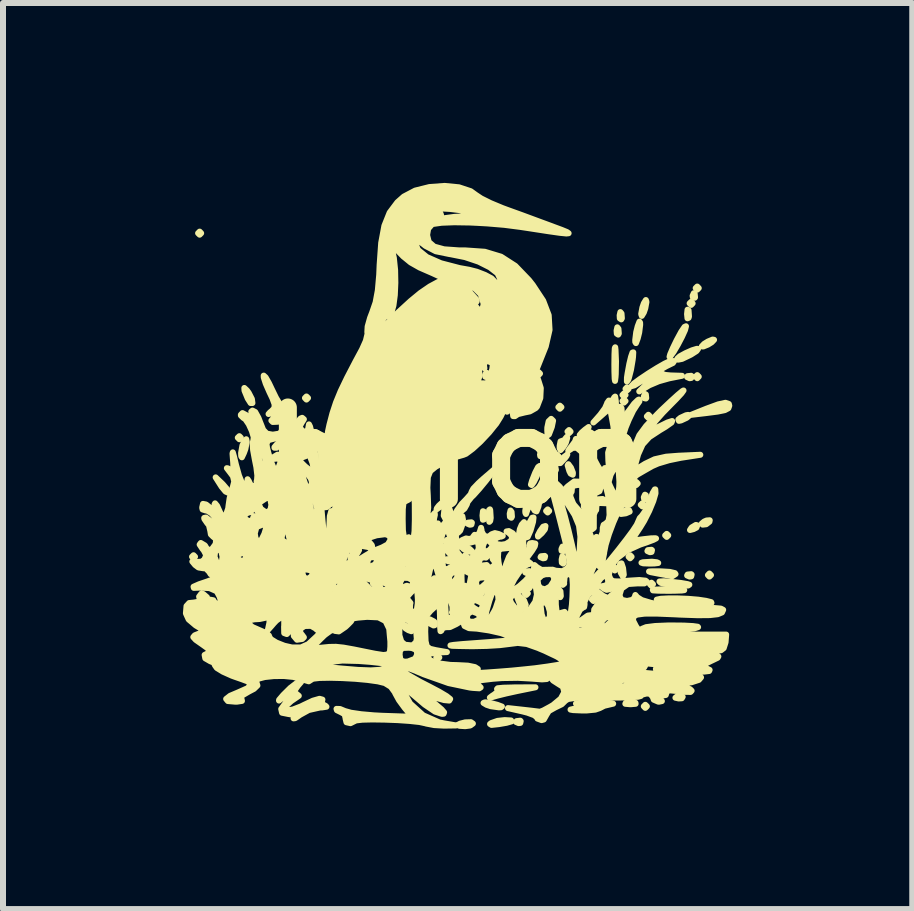
<source format=kicad_pcb>
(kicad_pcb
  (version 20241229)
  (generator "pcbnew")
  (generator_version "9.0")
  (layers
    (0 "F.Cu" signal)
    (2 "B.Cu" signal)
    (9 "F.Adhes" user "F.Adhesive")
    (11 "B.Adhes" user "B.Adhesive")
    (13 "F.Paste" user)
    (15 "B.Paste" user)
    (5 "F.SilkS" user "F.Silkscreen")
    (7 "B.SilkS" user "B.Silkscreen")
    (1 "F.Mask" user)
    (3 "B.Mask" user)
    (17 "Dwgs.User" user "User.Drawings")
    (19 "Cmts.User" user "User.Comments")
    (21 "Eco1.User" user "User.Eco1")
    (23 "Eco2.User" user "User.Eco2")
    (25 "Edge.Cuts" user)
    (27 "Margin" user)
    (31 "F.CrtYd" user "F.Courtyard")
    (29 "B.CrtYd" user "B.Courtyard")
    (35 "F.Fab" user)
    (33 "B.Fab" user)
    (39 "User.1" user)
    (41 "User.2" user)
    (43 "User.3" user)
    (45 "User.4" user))
  (footprint "heron"
    (layer "F.Cu")
    (at 4.58 4.579)
    (property "Reference" "heron" (at 0 0 0) (layer "F.SilkS") (effects (font (size 1.524 1.524) (thickness 0.3))))
    (attr through_hole)
    (fp_poly (pts (xy -4.378 1.654) (xy -4.403 1.68) (xy -4.428 1.654) (xy -4.403 1.629) (xy -4.378 1.654)) (stroke (width 0.1) (type solid)) (fill yes) (layer "F.SilkS"))
    (fp_poly (pts (xy -4.276 -3.741) (xy -4.301 -3.716) (xy -4.327 -3.741) (xy -4.301 -3.767) (xy -4.276 -3.741)) (stroke (width 0.1) (type solid)) (fill yes) (layer "F.SilkS"))
    (fp_poly (pts (xy -3.614 -0.331) (xy -3.639 -0.305) (xy -3.665 -0.331) (xy -3.639 -0.356) (xy -3.614 -0.331)) (stroke (width 0.1) (type solid)) (fill yes) (layer "F.SilkS"))
    (fp_poly (pts (xy -2.8 -0.891) (xy -2.825 -0.865) (xy -2.851 -0.891) (xy -2.825 -0.916) (xy -2.8 -0.891)) (stroke (width 0.1) (type solid)) (fill yes) (layer "F.SilkS"))
    (fp_poly (pts (xy -2.494 -0.993) (xy -2.52 -0.967) (xy -2.545 -0.993) (xy -2.52 -1.018) (xy -2.494 -0.993)) (stroke (width 0.1) (type solid)) (fill yes) (layer "F.SilkS"))
    (fp_poly (pts (xy -0.814 1.756) (xy -0.84 1.782) (xy -0.865 1.756) (xy -0.84 1.731) (xy -0.814 1.756)) (stroke (width 0.1) (type solid)) (fill yes) (layer "F.SilkS"))
    (fp_poly (pts (xy -0.305 3.334) (xy -0.331 3.36) (xy -0.356 3.334) (xy -0.331 3.309) (xy -0.305 3.334)) (stroke (width 0.1) (type solid)) (fill yes) (layer "F.SilkS"))
    (fp_poly (pts (xy -0.153 1.4) (xy -0.178 1.425) (xy -0.204 1.4) (xy -0.178 1.374) (xy -0.153 1.4)) (stroke (width 0.1) (type solid)) (fill yes) (layer "F.SilkS"))
    (fp_poly (pts (xy 0.153 1.654) (xy 0.127 1.68) (xy 0.102 1.654) (xy 0.127 1.629) (xy 0.153 1.654)) (stroke (width 0.1) (type solid)) (fill yes) (layer "F.SilkS"))
    (fp_poly (pts (xy 0.153 2.163) (xy 0.127 2.189) (xy 0.102 2.163) (xy 0.127 2.138) (xy 0.153 2.163)) (stroke (width 0.1) (type solid)) (fill yes) (layer "F.SilkS"))
    (fp_poly (pts (xy 1.171 2.265) (xy 1.145 2.291) (xy 1.12 2.265) (xy 1.145 2.24) (xy 1.171 2.265)) (stroke (width 0.1) (type solid)) (fill yes) (layer "F.SilkS"))
    (fp_poly (pts (xy 1.374 -1.4) (xy 1.349 -1.374) (xy 1.323 -1.4) (xy 1.349 -1.425) (xy 1.374 -1.4)) (stroke (width 0.1) (type solid)) (fill yes) (layer "F.SilkS"))
    (fp_poly (pts (xy 1.425 0.585) (xy 1.4 0.611) (xy 1.374 0.585) (xy 1.4 0.56) (xy 1.425 0.585)) (stroke (width 0.1) (type solid)) (fill yes) (layer "F.SilkS"))
    (fp_poly (pts (xy 1.527 0.891) (xy 1.502 0.916) (xy 1.476 0.891) (xy 1.502 0.865) (xy 1.527 0.891)) (stroke (width 0.1) (type solid)) (fill yes) (layer "F.SilkS"))
    (fp_poly (pts (xy 1.68 -0.025) (xy 1.654 0) (xy 1.629 -0.025) (xy 1.654 -0.051) (xy 1.68 -0.025)) (stroke (width 0.1) (type solid)) (fill yes) (layer "F.SilkS"))
    (fp_poly (pts (xy 1.731 -0.84) (xy 1.705 -0.814) (xy 1.68 -0.84) (xy 1.705 -0.865) (xy 1.731 -0.84)) (stroke (width 0.1) (type solid)) (fill yes) (layer "F.SilkS"))
    (fp_poly (pts (xy 1.883 -0.433) (xy 1.858 -0.407) (xy 1.832 -0.433) (xy 1.858 -0.458) (xy 1.883 -0.433)) (stroke (width 0.1) (type solid)) (fill yes) (layer "F.SilkS"))
    (fp_poly (pts (xy 2.291 2.367) (xy 2.265 2.392) (xy 2.24 2.367) (xy 2.265 2.341) (xy 2.291 2.367)) (stroke (width 0.1) (type solid)) (fill yes) (layer "F.SilkS"))
    (fp_poly (pts (xy 2.341 1.349) (xy 2.316 1.374) (xy 2.291 1.349) (xy 2.316 1.323) (xy 2.341 1.349)) (stroke (width 0.1) (type solid)) (fill yes) (layer "F.SilkS"))
    (fp_poly (pts (xy 2.596 2.316) (xy 2.571 2.341) (xy 2.545 2.316) (xy 2.571 2.291) (xy 2.596 2.316)) (stroke (width 0.1) (type solid)) (fill yes) (layer "F.SilkS"))
    (fp_poly (pts (xy 2.647 1.858) (xy 2.621 1.883) (xy 2.596 1.858) (xy 2.621 1.832) (xy 2.647 1.858)) (stroke (width 0.1) (type solid)) (fill yes) (layer "F.SilkS"))
    (fp_poly (pts (xy 2.8 -1.043) (xy 2.774 -1.018) (xy 2.749 -1.043) (xy 2.774 -1.069) (xy 2.8 -1.043)) (stroke (width 0.1) (type solid)) (fill yes) (layer "F.SilkS"))
    (fp_poly (pts (xy 2.8 -0.942) (xy 2.774 -0.916) (xy 2.749 -0.942) (xy 2.774 -0.967) (xy 2.8 -0.942)) (stroke (width 0.1) (type solid)) (fill yes) (layer "F.SilkS"))
    (fp_poly (pts (xy 2.851 -1.145) (xy 2.825 -1.12) (xy 2.8 -1.145) (xy 2.825 -1.171) (xy 2.851 -1.145)) (stroke (width 0.1) (type solid)) (fill yes) (layer "F.SilkS"))
    (fp_poly (pts (xy 2.901 1.654) (xy 2.876 1.68) (xy 2.851 1.654) (xy 2.876 1.629) (xy 2.901 1.654)) (stroke (width 0.1) (type solid)) (fill yes) (layer "F.SilkS"))
    (fp_poly (pts (xy 3.003 0.433) (xy 2.978 0.458) (xy 2.952 0.433) (xy 2.978 0.407) (xy 3.003 0.433)) (stroke (width 0.1) (type solid)) (fill yes) (layer "F.SilkS"))
    (fp_poly (pts (xy 3.105 0.789) (xy 3.08 0.814) (xy 3.054 0.789) (xy 3.08 0.764) (xy 3.105 0.789)) (stroke (width 0.1) (type solid)) (fill yes) (layer "F.SilkS"))
    (fp_poly (pts (xy 3.156 4.148) (xy 3.13 4.174) (xy 3.105 4.148) (xy 3.13 4.123) (xy 3.156 4.148)) (stroke (width 0.1) (type solid)) (fill yes) (layer "F.SilkS"))
    (fp_poly (pts (xy 3.207 -0.687) (xy 3.181 -0.662) (xy 3.156 -0.687) (xy 3.181 -0.713) (xy 3.207 -0.687)) (stroke (width 0.1) (type solid)) (fill yes) (layer "F.SilkS"))
    (fp_poly (pts (xy 3.258 2.112) (xy 3.232 2.138) (xy 3.207 2.112) (xy 3.232 2.087) (xy 3.258 2.112)) (stroke (width 0.1) (type solid)) (fill yes) (layer "F.SilkS"))
    (fp_poly (pts (xy 3.512 1.298) (xy 3.487 1.323) (xy 3.461 1.298) (xy 3.487 1.273) (xy 3.512 1.298)) (stroke (width 0.1) (type solid)) (fill yes) (layer "F.SilkS"))
    (fp_poly (pts (xy 3.919 -2.571) (xy 3.894 -2.545) (xy 3.869 -2.571) (xy 3.894 -2.596) (xy 3.919 -2.571)) (stroke (width 0.1) (type solid)) (fill yes) (layer "F.SilkS"))
    (fp_poly (pts (xy 4.021 -2.825) (xy 3.996 -2.8) (xy 3.97 -2.825) (xy 3.996 -2.851) (xy 4.021 -2.825)) (stroke (width 0.1) (type solid)) (fill yes) (layer "F.SilkS"))
    (fp_poly (pts (xy 4.021 -1.349) (xy 3.996 -1.323) (xy 3.97 -1.349) (xy 3.996 -1.374) (xy 4.021 -1.349)) (stroke (width 0.1) (type solid)) (fill yes) (layer "F.SilkS"))
    (fp_poly (pts (xy 4.225 1.96) (xy 4.199 1.985) (xy 4.174 1.96) (xy 4.199 1.934) (xy 4.225 1.96)) (stroke (width 0.1) (type solid)) (fill yes) (layer "F.SilkS"))
    (fp_poly (pts (xy -2.053 2.155) (xy -2.06 2.185) (xy -2.087 2.189) (xy -2.129 2.17) (xy -2.121 2.155) (xy -2.061 2.149) (xy -2.053 2.155)) (stroke (width 0.1) (type solid)) (fill yes) (layer "F.SilkS"))
    (fp_poly (pts (xy -0.119 1.697) (xy -0.126 1.727) (xy -0.153 1.731) (xy -0.195 1.712) (xy -0.187 1.697) (xy -0.126 1.691) (xy -0.119 1.697)) (stroke (width 0.1) (type solid)) (fill yes) (layer "F.SilkS"))
    (fp_poly (pts (xy 0.238 1.086) (xy 0.231 1.116) (xy 0.204 1.12) (xy 0.162 1.101) (xy 0.17 1.086) (xy 0.23 1.08) (xy 0.238 1.086)) (stroke (width 0.1) (type solid)) (fill yes) (layer "F.SilkS"))
    (fp_poly (pts (xy 0.448 1.008) (xy 0.441 1.031) (xy 0.422 1.037) (xy 0.415 0.967) (xy 0.423 0.895) (xy 0.441 0.904) (xy 0.448 1.008)) (stroke (width 0.1) (type solid)) (fill yes) (layer "F.SilkS"))
    (fp_poly (pts (xy 0.492 1.799) (xy 0.485 1.829) (xy 0.458 1.832) (xy 0.416 1.814) (xy 0.424 1.799) (xy 0.485 1.792) (xy 0.492 1.799)) (stroke (width 0.1) (type solid)) (fill yes) (layer "F.SilkS"))
    (fp_poly (pts (xy 0.498 -1.348) (xy 0.492 -1.34) (xy 0.462 -1.347) (xy 0.458 -1.374) (xy 0.477 -1.416) (xy 0.492 -1.408) (xy 0.498 -1.348)) (stroke (width 0.1) (type solid)) (fill yes) (layer "F.SilkS"))
    (fp_poly (pts (xy 0.906 0.986) (xy 0.896 1.004) (xy 0.873 0.989) (xy 0.869 0.937) (xy 0.882 0.883) (xy 0.9 0.907) (xy 0.906 0.986)) (stroke (width 0.1) (type solid)) (fill yes) (layer "F.SilkS"))
    (fp_poly (pts (xy 1.052 4.395) (xy 1.045 4.425) (xy 1.018 4.428) (xy 0.976 4.41) (xy 0.984 4.395) (xy 1.045 4.388) (xy 1.052 4.395)) (stroke (width 0.1) (type solid)) (fill yes) (layer "F.SilkS"))
    (fp_poly (pts (xy 1.205 1.9) (xy 1.198 1.931) (xy 1.171 1.934) (xy 1.129 1.916) (xy 1.137 1.9) (xy 1.197 1.894) (xy 1.205 1.9)) (stroke (width 0.1) (type solid)) (fill yes) (layer "F.SilkS"))
    (fp_poly (pts (xy 1.414 -0.024) (xy 1.408 -0.017) (xy 1.378 -0.024) (xy 1.374 -0.051) (xy 1.393 -0.093) (xy 1.408 -0.085) (xy 1.414 -0.024)) (stroke (width 0.1) (type solid)) (fill yes) (layer "F.SilkS"))
    (fp_poly (pts (xy 1.459 1.646) (xy 1.452 1.676) (xy 1.425 1.68) (xy 1.383 1.661) (xy 1.391 1.646) (xy 1.452 1.64) (xy 1.459 1.646)) (stroke (width 0.1) (type solid)) (fill yes) (layer "F.SilkS"))
    (fp_poly (pts (xy 1.465 -0.177) (xy 1.459 -0.17) (xy 1.429 -0.177) (xy 1.425 -0.204) (xy 1.444 -0.246) (xy 1.459 -0.238) (xy 1.465 -0.177)) (stroke (width 0.1) (type solid)) (fill yes) (layer "F.SilkS"))
    (fp_poly (pts (xy 1.721 2.31) (xy 1.711 2.328) (xy 1.687 2.313) (xy 1.684 2.261) (xy 1.696 2.207) (xy 1.715 2.23) (xy 1.721 2.31)) (stroke (width 0.1) (type solid)) (fill yes) (layer "F.SilkS"))
    (fp_poly (pts (xy 1.771 1.554) (xy 1.765 1.561) (xy 1.734 1.554) (xy 1.731 1.527) (xy 1.749 1.485) (xy 1.765 1.493) (xy 1.771 1.554)) (stroke (width 0.1) (type solid)) (fill yes) (layer "F.SilkS"))
    (fp_poly (pts (xy 1.772 1.75) (xy 1.761 1.768) (xy 1.738 1.753) (xy 1.735 1.701) (xy 1.747 1.647) (xy 1.765 1.67) (xy 1.772 1.75)) (stroke (width 0.1) (type solid)) (fill yes) (layer "F.SilkS"))
    (fp_poly (pts (xy 2.688 -2.068) (xy 2.678 -2.05) (xy 2.655 -2.065) (xy 2.651 -2.117) (xy 2.663 -2.171) (xy 2.682 -2.147) (xy 2.688 -2.068)) (stroke (width 0.1) (type solid)) (fill yes) (layer "F.SilkS"))
    (fp_poly (pts (xy 2.739 -2.322) (xy 2.729 -2.304) (xy 2.705 -2.32) (xy 2.702 -2.371) (xy 2.714 -2.425) (xy 2.733 -2.402) (xy 2.739 -2.322)) (stroke (width 0.1) (type solid)) (fill yes) (layer "F.SilkS"))
    (fp_poly (pts (xy 2.739 -0.744) (xy 2.729 -0.726) (xy 2.705 -0.742) (xy 2.702 -0.793) (xy 2.714 -0.848) (xy 2.733 -0.824) (xy 2.739 -0.744)) (stroke (width 0.1) (type solid)) (fill yes) (layer "F.SilkS"))
    (fp_poly (pts (xy 3.145 -0.992) (xy 3.139 -0.984) (xy 3.109 -0.991) (xy 3.105 -1.018) (xy 3.124 -1.06) (xy 3.139 -1.052) (xy 3.145 -0.992)) (stroke (width 0.1) (type solid)) (fill yes) (layer "F.SilkS"))
    (fp_poly (pts (xy 3.145 0.688) (xy 3.139 0.696) (xy 3.109 0.689) (xy 3.105 0.662) (xy 3.124 0.62) (xy 3.139 0.628) (xy 3.145 0.688)) (stroke (width 0.1) (type solid)) (fill yes) (layer "F.SilkS"))
    (fp_poly (pts (xy 3.241 1.544) (xy 3.234 1.574) (xy 3.207 1.578) (xy 3.165 1.559) (xy 3.173 1.544) (xy 3.233 1.538) (xy 3.241 1.544)) (stroke (width 0.1) (type solid)) (fill yes) (layer "F.SilkS"))
    (fp_poly (pts (xy 3.753 3.99) (xy 3.738 4.014) (xy 3.686 4.017) (xy 3.632 4.005) (xy 3.655 3.986) (xy 3.735 3.98) (xy 3.753 3.99)) (stroke (width 0.1) (type solid)) (fill yes) (layer "F.SilkS"))
    (fp_poly (pts (xy 3.858 -2.352) (xy 3.851 -2.329) (xy 3.833 -2.322) (xy 3.826 -2.392) (xy 3.834 -2.465) (xy 3.851 -2.456) (xy 3.858 -2.352)) (stroke (width 0.1) (type solid)) (fill yes) (layer "F.SilkS"))
    (fp_poly (pts (xy 3.902 -1.357) (xy 3.895 -1.327) (xy 3.869 -1.323) (xy 3.827 -1.342) (xy 3.835 -1.357) (xy 3.895 -1.363) (xy 3.902 -1.357)) (stroke (width 0.1) (type solid)) (fill yes) (layer "F.SilkS"))
    (fp_poly (pts (xy 3.902 1.951) (xy 3.895 1.981) (xy 3.869 1.985) (xy 3.827 1.967) (xy 3.835 1.951) (xy 3.895 1.945) (xy 3.902 1.951)) (stroke (width 0.1) (type solid)) (fill yes) (layer "F.SilkS"))
    (fp_poly (pts (xy 3.959 -2.671) (xy 3.953 -2.664) (xy 3.923 -2.671) (xy 3.919 -2.698) (xy 3.938 -2.74) (xy 3.953 -2.732) (xy 3.959 -2.671)) (stroke (width 0.1) (type solid)) (fill yes) (layer "F.SilkS"))
    (fp_poly (pts (xy -1.28 2.184) (xy -1.328 2.166) (xy -1.374 2.138) (xy -1.413 2.097) (xy -1.39 2.088) (xy -1.309 2.124) (xy -1.298 2.138) (xy -1.28 2.184)) (stroke (width 0.1) (type solid)) (fill yes) (layer "F.SilkS"))
    (fp_poly (pts (xy -0.771 2.896) (xy -0.819 2.879) (xy -0.865 2.851) (xy -0.904 2.81) (xy -0.881 2.8) (xy -0.8 2.837) (xy -0.789 2.851) (xy -0.771 2.896)) (stroke (width 0.1) (type solid)) (fill yes) (layer "F.SilkS"))
    (fp_poly (pts (xy 1.465 1.142) (xy 1.456 1.196) (xy 1.404 1.261) (xy 1.341 1.318) (xy 1.339 1.298) (xy 1.373 1.23) (xy 1.427 1.153) (xy 1.465 1.142)) (stroke (width 0.1) (type solid)) (fill yes) (layer "F.SilkS"))
    (fp_poly (pts (xy 1.523 0.53) (xy 1.512 0.559) (xy 1.505 0.56) (xy 1.462 0.524) (xy 1.446 0.501) (xy 1.44 0.466) (xy 1.468 0.479) (xy 1.523 0.53)) (stroke (width 0.1) (type solid)) (fill yes) (layer "F.SilkS"))
    (fp_poly (pts (xy 1.923 0.254) (xy 1.92 0.286) (xy 1.885 0.268) (xy 1.864 0.227) (xy 1.835 0.13) (xy 1.847 0.111) (xy 1.89 0.169) (xy 1.923 0.254)) (stroke (width 0.1) (type solid)) (fill yes) (layer "F.SilkS"))
    (fp_poly (pts (xy 2.869 0.902) (xy 2.804 0.93) (xy 2.725 0.941) (xy 2.735 0.91) (xy 2.737 0.908) (xy 2.825 0.872) (xy 2.857 0.876) (xy 2.869 0.902)) (stroke (width 0.1) (type solid)) (fill yes) (layer "F.SilkS"))
    (fp_poly (pts (xy 3.997 1.13) (xy 3.982 1.168) (xy 3.934 1.193) (xy 3.875 1.208) (xy 3.899 1.171) (xy 3.906 1.164) (xy 3.973 1.124) (xy 3.997 1.13)) (stroke (width 0.1) (type solid)) (fill yes) (layer "F.SilkS"))
    (fp_poly (pts (xy 4.204 1.046) (xy 4.199 1.07) (xy 4.145 1.112) (xy 4.086 1.119) (xy 4.072 1.1) (xy 4.112 1.067) (xy 4.151 1.05) (xy 4.204 1.046)) (stroke (width 0.1) (type solid)) (fill yes) (layer "F.SilkS"))
    (fp_poly (pts (xy -3.825 0.583) (xy -3.826 0.586) (xy -3.869 0.567) (xy -3.936 0.485) (xy -3.944 0.472) (xy -4.034 0.331) (xy -3.916 0.444) (xy -3.843 0.529) (xy -3.825 0.583)) (stroke (width 0.1) (type solid)) (fill yes) (layer "F.SilkS"))
    (fp_poly (pts (xy -2.905 -0.305) (xy -2.917 -0.279) (xy -2.946 -0.242) (xy -3.02 -0.163) (xy -3.053 -0.163) (xy -3.054 -0.172) (xy -3.019 -0.214) (xy -2.965 -0.261) (xy -2.905 -0.305)) (stroke (width 0.1) (type solid)) (fill yes) (layer "F.SilkS"))
    (fp_poly (pts (xy -0.382 2.749) (xy -0.384 2.796) (xy -0.401 2.8) (xy -0.473 2.762) (xy -0.484 2.749) (xy -0.481 2.702) (xy -0.464 2.698) (xy -0.392 2.735) (xy -0.382 2.749)) (stroke (width 0.1) (type solid)) (fill yes) (layer "F.SilkS"))
    (fp_poly (pts (xy 0.244 1.567) (xy 0.229 1.576) (xy 0.145 1.551) (xy 0.102 1.527) (xy 0.061 1.487) (xy 0.076 1.478) (xy 0.16 1.503) (xy 0.204 1.527) (xy 0.244 1.567)) (stroke (width 0.1) (type solid)) (fill yes) (layer "F.SilkS"))
    (fp_poly (pts (xy 0.255 4.436) (xy 0.211 4.468) (xy 0.127 4.479) (xy 0.031 4.473) (xy 0 4.46) (xy 0.043 4.437) (xy 0.127 4.416) (xy 0.222 4.413) (xy 0.255 4.436)) (stroke (width 0.1) (type solid)) (fill yes) (layer "F.SilkS"))
    (fp_poly (pts (xy 0.552 1.007) (xy 0.544 1.056) (xy 0.529 1.072) (xy 0.521 1.002) (xy 0.521 0.967) (xy 0.526 0.875) (xy 0.539 0.864) (xy 0.544 0.878) (xy 0.552 1.007)) (stroke (width 0.1) (type solid)) (fill yes) (layer "F.SilkS"))
    (fp_poly (pts (xy 1.829 -0.051) (xy 1.816 -0.024) (xy 1.788 0.013) (xy 1.714 0.092) (xy 1.681 0.092) (xy 1.68 0.083) (xy 1.715 0.04) (xy 1.769 -0.006) (xy 1.829 -0.051)) (stroke (width 0.1) (type solid)) (fill yes) (layer "F.SilkS"))
    (fp_poly (pts (xy 2.185 -0.509) (xy 2.173 -0.482) (xy 2.144 -0.445) (xy 2.07 -0.366) (xy 2.037 -0.367) (xy 2.036 -0.376) (xy 2.071 -0.418) (xy 2.125 -0.465) (xy 2.185 -0.509)) (stroke (width 0.1) (type solid)) (fill yes) (layer "F.SilkS"))
    (fp_poly (pts (xy 2.968 4.106) (xy 2.888 4.113) (xy 2.876 4.113) (xy 2.797 4.106) (xy 2.805 4.09) (xy 2.813 4.088) (xy 2.924 4.08) (xy 2.966 4.09) (xy 2.968 4.106)) (stroke (width 0.1) (type solid)) (fill yes) (layer "F.SilkS"))
    (fp_poly (pts (xy 3.149 -2.596) (xy 3.129 -2.487) (xy 3.105 -2.418) (xy 3.071 -2.362) (xy 3.061 -2.392) (xy 3.081 -2.501) (xy 3.105 -2.571) (xy 3.139 -2.626) (xy 3.149 -2.596)) (stroke (width 0.1) (type solid)) (fill yes) (layer "F.SilkS"))
    (fp_poly (pts (xy 3.345 1.758) (xy 3.282 1.766) (xy 3.207 1.768) (xy 3.097 1.764) (xy 3.066 1.754) (xy 3.092 1.746) (xy 3.241 1.737) (xy 3.321 1.746) (xy 3.345 1.758)) (stroke (width 0.1) (type solid)) (fill yes) (layer "F.SilkS"))
    (fp_poly (pts (xy 3.852 -0.69) (xy 3.818 -0.662) (xy 3.725 -0.619) (xy 3.69 -0.612) (xy 3.681 -0.633) (xy 3.716 -0.662) (xy 3.809 -0.705) (xy 3.843 -0.711) (xy 3.852 -0.69)) (stroke (width 0.1) (type solid)) (fill yes) (layer "F.SilkS"))
    (fp_poly (pts (xy 4.276 -1.963) (xy 4.237 -1.922) (xy 4.174 -1.883) (xy 4.095 -1.851) (xy 4.072 -1.854) (xy 4.111 -1.895) (xy 4.174 -1.934) (xy 4.253 -1.967) (xy 4.276 -1.963)) (stroke (width 0.1) (type solid)) (fill yes) (layer "F.SilkS"))
    (fp_poly (pts (xy -3.421 -0.909) (xy -3.451 -0.909) (xy -3.499 -0.984) (xy -3.501 -0.989) (xy -3.553 -1.115) (xy -3.556 -1.16) (xy -3.513 -1.12) (xy -3.483 -1.079) (xy -3.43 -0.976) (xy -3.421 -0.909)) (stroke (width 0.1) (type solid)) (fill yes) (layer "F.SilkS"))
    (fp_poly (pts (xy 0.739 4.152) (xy 0.722 4.164) (xy 0.687 4.165) (xy 0.553 4.146) (xy 0.484 4.123) (xy 0.432 4.092) (xy 0.459 4.081) (xy 0.543 4.092) (xy 0.662 4.123) (xy 0.739 4.152)) (stroke (width 0.1) (type solid)) (fill yes) (layer "F.SilkS"))
    (fp_poly (pts (xy 0.9 4.399) (xy 0.815 4.423) (xy 0.687 4.445) (xy 0.566 4.458) (xy 0.541 4.443) (xy 0.56 4.428) (xy 0.666 4.391) (xy 0.785 4.378) (xy 0.891 4.384) (xy 0.9 4.399)) (stroke (width 0.1) (type solid)) (fill yes) (layer "F.SilkS"))
    (fp_poly (pts (xy 1.592 -0.614) (xy 1.571 -0.512) (xy 1.567 -0.501) (xy 1.523 -0.386) (xy 1.5 -0.37) (xy 1.495 -0.452) (xy 1.496 -0.5) (xy 1.518 -0.604) (xy 1.56 -0.645) (xy 1.592 -0.614)) (stroke (width 0.1) (type solid)) (fill yes) (layer "F.SilkS"))
    (fp_poly (pts (xy 2.771 1.954) (xy 2.756 1.982) (xy 2.72 1.92) (xy 2.717 1.91) (xy 2.704 1.803) (xy 2.71 1.771) (xy 2.733 1.765) (xy 2.758 1.841) (xy 2.759 1.845) (xy 2.771 1.954)) (stroke (width 0.1) (type solid)) (fill yes) (layer "F.SilkS"))
    (fp_poly (pts (xy -3.516 -0.267) (xy -3.517 -0.255) (xy -3.538 -0.145) (xy -3.563 -0.076) (xy -3.597 -0.004) (xy -3.608 -0.024) (xy -3.61 -0.076) (xy -3.588 -0.201) (xy -3.563 -0.255) (xy -3.524 -0.305) (xy -3.516 -0.267)) (stroke (width 0.1) (type solid)) (fill yes) (layer "F.SilkS"))
    (fp_poly (pts (xy 3.044 -2.214) (xy 3.028 -2.085) (xy 3.003 -1.985) (xy 2.974 -1.908) (xy 2.963 -1.926) (xy 2.962 -1.96) (xy 2.978 -2.089) (xy 3.003 -2.189) (xy 3.032 -2.266) (xy 3.043 -2.248) (xy 3.044 -2.214)) (stroke (width 0.1) (type solid)) (fill yes) (layer "F.SilkS"))
    (fp_poly (pts (xy 1.136 2.456) (xy 1.12 2.517) (xy 1.087 2.528) (xy 1.038 2.515) (xy 1.042 2.504) (xy 1.04 2.447) (xy 1.015 2.387) (xy 0.99 2.319) (xy 1.031 2.318) (xy 1.037 2.321) (xy 1.105 2.377) (xy 1.136 2.456)) (stroke (width 0.1) (type solid)) (fill yes) (layer "F.SilkS"))
    (fp_poly (pts (xy 1.371 0.153) (xy 1.354 0.223) (xy 1.316 0.318) (xy 1.271 0.407) (xy 1.235 0.458) (xy 1.223 0.451) (xy 1.241 0.387) (xy 1.286 0.272) (xy 1.296 0.248) (xy 1.343 0.157) (xy 1.369 0.14) (xy 1.371 0.153)) (stroke (width 0.1) (type solid)) (fill yes) (layer "F.SilkS"))
    (fp_poly (pts (xy 1.828 -0.328) (xy 1.804 -0.246) (xy 1.767 -0.184) (xy 1.717 -0.125) (xy 1.702 -0.153) (xy 1.702 -0.196) (xy 1.716 -0.269) (xy 1.737 -0.276) (xy 1.785 -0.293) (xy 1.799 -0.318) (xy 1.823 -0.346) (xy 1.828 -0.328)) (stroke (width 0.1) (type solid)) (fill yes) (layer "F.SilkS"))
    (fp_poly (pts (xy 2.641 -1.604) (xy 2.637 -1.391) (xy 2.633 -1.338) (xy 2.625 -1.278) (xy 2.619 -1.311) (xy 2.615 -1.428) (xy 2.614 -1.553) (xy 2.616 -1.725) (xy 2.621 -1.824) (xy 2.628 -1.838) (xy 2.633 -1.796) (xy 2.641 -1.604)) (stroke (width 0.1) (type solid)) (fill yes) (layer "F.SilkS"))
    (fp_poly (pts (xy 3.779 2.211) (xy 3.738 2.217) (xy 3.615 2.221) (xy 3.512 2.222) (xy 3.347 2.22) (xy 3.258 2.215) (xy 3.255 2.207) (xy 3.296 2.202) (xy 3.499 2.194) (xy 3.707 2.201) (xy 3.729 2.202) (xy 3.779 2.211)) (stroke (width 0.1) (type solid)) (fill yes) (layer "F.SilkS"))
    (fp_poly (pts (xy 4.009 -1.811) (xy 3.984 -1.776) (xy 3.895 -1.719) (xy 3.876 -1.709) (xy 3.742 -1.645) (xy 3.677 -1.632) (xy 3.665 -1.651) (xy 3.706 -1.688) (xy 3.801 -1.74) (xy 3.909 -1.788) (xy 3.991 -1.813) (xy 4.009 -1.811)) (stroke (width 0.1) (type solid)) (fill yes) (layer "F.SilkS"))
    (fp_poly (pts (xy 1.296 1.435) (xy 1.287 1.48) (xy 1.242 1.553) (xy 1.166 1.656) (xy 1.127 1.672) (xy 1.12 1.632) (xy 1.157 1.563) (xy 1.172 1.552) (xy 1.201 1.491) (xy 1.194 1.473) (xy 1.208 1.432) (xy 1.245 1.425) (xy 1.296 1.435)) (stroke (width 0.1) (type solid)) (fill yes) (layer "F.SilkS"))
    (fp_poly (pts (xy 2.929 -1.754) (xy 2.925 -1.677) (xy 2.919 -1.629) (xy 2.891 -1.464) (xy 2.856 -1.328) (xy 2.845 -1.298) (xy 2.823 -1.268) (xy 2.824 -1.334) (xy 2.834 -1.4) (xy 2.863 -1.559) (xy 2.892 -1.68) (xy 2.916 -1.75) (xy 2.929 -1.754)) (stroke (width 0.1) (type solid)) (fill yes) (layer "F.SilkS"))
    (fp_poly (pts (xy 3.634 1.943) (xy 3.579 1.979) (xy 3.573 1.978) (xy 3.504 1.965) (xy 3.377 1.941) (xy 3.334 1.933) (xy 3.221 1.911) (xy 3.192 1.9) (xy 3.254 1.897) (xy 3.395 1.898) (xy 3.538 1.907) (xy 3.623 1.927) (xy 3.634 1.943)) (stroke (width 0.1) (type solid)) (fill yes) (layer "F.SilkS"))
    (fp_poly (pts (xy 3.808 -2.189) (xy 3.793 -2.128) (xy 3.742 -2.015) (xy 3.673 -1.883) (xy 3.603 -1.764) (xy 3.549 -1.69) (xy 3.534 -1.68) (xy 3.545 -1.721) (xy 3.591 -1.828) (xy 3.654 -1.958) (xy 3.728 -2.095) (xy 3.784 -2.178) (xy 3.808 -2.189)) (stroke (width 0.1) (type solid)) (fill yes) (layer "F.SilkS"))
    (fp_poly (pts (xy 3.864 2.12) (xy 3.844 2.134) (xy 3.756 2.137) (xy 3.631 2.13) (xy 3.503 2.115) (xy 3.404 2.094) (xy 3.385 2.087) (xy 3.366 2.067) (xy 3.441 2.063) (xy 3.563 2.073) (xy 3.721 2.091) (xy 3.832 2.11) (xy 3.864 2.12)) (stroke (width 0.1) (type solid)) (fill yes) (layer "F.SilkS"))
    (fp_poly (pts (xy 1.298 3.831) (xy 0.993 3.893) (xy 0.811 3.933) (xy 0.658 3.971) (xy 0.585 3.992) (xy 0.538 4.003) (xy 0.58 3.971) (xy 0.606 3.955) (xy 0.681 3.896) (xy 0.663 3.861) (xy 0.658 3.859) (xy 0.669 3.847) (xy 0.762 3.838) (xy 0.919 3.834) (xy 0.943 3.833) (xy 1.298 3.831)) (stroke (width 0.1) (type solid)) (fill yes) (layer "F.SilkS"))
    (fp_poly (pts (xy 4.01 2.828) (xy 3.946 2.849) (xy 3.815 2.866) (xy 3.645 2.879) (xy 3.461 2.885) (xy 3.288 2.886) (xy 3.153 2.879) (xy 3.081 2.865) (xy 3.077 2.855) (xy 3.144 2.828) (xy 3.294 2.809) (xy 3.512 2.8) (xy 3.575 2.8) (xy 3.774 2.802) (xy 3.923 2.81) (xy 4.003 2.821) (xy 4.01 2.828)) (stroke (width 0.1) (type solid)) (fill yes) (layer "F.SilkS"))
    (fp_poly (pts (xy 4.233 2.424) (xy 4.155 2.43) (xy 3.987 2.432) (xy 3.894 2.432) (xy 3.677 2.426) (xy 3.489 2.414) (xy 3.362 2.397) (xy 3.334 2.389) (xy 3.321 2.369) (xy 3.388 2.355) (xy 3.512 2.349) (xy 3.672 2.349) (xy 3.846 2.356) (xy 4.011 2.37) (xy 4.146 2.39) (xy 4.148 2.391) (xy 4.228 2.411) (xy 4.233 2.424)) (stroke (width 0.1) (type solid)) (fill yes) (layer "F.SilkS"))
    (fp_poly (pts (xy 0.634 0.178) (xy 0.472 0.387) (xy 0.362 0.52) (xy 0.266 0.627) (xy 0.231 0.66) (xy 0.166 0.741) (xy 0.153 0.783) (xy 0.114 0.852) (xy 0.048 0.906) (xy -0.025 0.946) (xy -0.028 0.921) (xy -0.008 0.88) (xy 0.068 0.775) (xy 0.147 0.693) (xy 0.218 0.613) (xy 0.236 0.566) (xy 0.262 0.518) (xy 0.347 0.429) (xy 0.427 0.356) (xy 0.634 0.178)) (stroke (width 0.1) (type solid)) (fill yes) (layer "F.SilkS"))
    (fp_poly (pts (xy 4.53 -0.864) (xy 4.515 -0.822) (xy 4.456 -0.791) (xy 4.419 -0.783) (xy 4.419 -0.833) (xy 4.411 -0.848) (xy 4.351 -0.854) (xy 4.344 -0.848) (xy 4.351 -0.818) (xy 4.378 -0.814) (xy 4.419 -0.833) (xy 4.419 -0.783) (xy 4.333 -0.766) (xy 4.148 -0.742) (xy 3.894 -0.712) (xy 4.148 -0.814) (xy 4.347 -0.887) (xy 4.467 -0.913) (xy 4.523 -0.893) (xy 4.53 -0.864)) (stroke (width 0.1) (type solid)) (fill yes) (layer "F.SilkS"))
    (fp_poly (pts (xy 1.363 0.741) (xy 1.347 0.819) (xy 1.316 0.898) (xy 1.285 0.884) (xy 1.256 0.835) (xy 1.214 0.773) (xy 1.187 0.797) (xy 1.166 0.865) (xy 1.14 0.941) (xy 1.13 0.922) (xy 1.128 0.891) (xy 1.148 0.757) (xy 1.171 0.687) (xy 1.204 0.621) (xy 1.217 0.648) (xy 1.218 0.674) (xy 1.246 0.746) (xy 1.295 0.762) (xy 1.323 0.711) (xy 1.323 0.704) (xy 1.342 0.668) (xy 1.354 0.675) (xy 1.363 0.741)) (stroke (width 0.1) (type solid)) (fill yes) (layer "F.SilkS"))
    (fp_poly (pts (xy 2.594 4.104) (xy 2.571 4.109) (xy 2.445 4.139) (xy 2.369 4.178) (xy 2.294 4.204) (xy 2.291 4.204) (xy 2.291 4.148) (xy 2.265 4.123) (xy 2.24 4.148) (xy 2.265 4.174) (xy 2.291 4.148) (xy 2.291 4.204) (xy 2.155 4.217) (xy 2.064 4.217) (xy 1.926 4.211) (xy 1.883 4.203) (xy 1.929 4.192) (xy 1.985 4.183) (xy 2.163 4.158) (xy 2.011 4.121) (xy 1.974 4.103) (xy 2.037 4.091) (xy 2.197 4.086) (xy 2.291 4.086) (xy 2.464 4.089) (xy 2.57 4.095) (xy 2.594 4.104)) (stroke (width 0.1) (type solid)) (fill yes) (layer "F.SilkS"))
    (fp_poly (pts (xy 3.741 -1.363) (xy 3.528 -1.321) (xy 3.353 -1.272) (xy 3.195 -1.205) (xy 3.172 -1.191) (xy 3.029 -1.103) (xy 3.169 -1.241) (xy 3.279 -1.358) (xy 3.311 -1.411) (xy 3.265 -1.402) (xy 3.143 -1.329) (xy 3.041 -1.261) (xy 2.948 -1.204) (xy 2.902 -1.191) (xy 2.901 -1.193) (xy 2.941 -1.235) (xy 3.043 -1.31) (xy 3.18 -1.402) (xy 3.326 -1.493) (xy 3.455 -1.567) (xy 3.541 -1.607) (xy 3.55 -1.61) (xy 3.611 -1.608) (xy 3.59 -1.577) (xy 3.496 -1.531) (xy 3.487 -1.527) (xy 3.381 -1.467) (xy 3.372 -1.414) (xy 3.457 -1.378) (xy 3.55 -1.369) (xy 3.741 -1.363)) (stroke (width 0.1) (type solid)) (fill yes) (layer "F.SilkS"))
    (fp_poly (pts (xy -2.187 4.155) (xy -2.257 4.166) (xy -2.296 4.168) (xy -2.483 4.21) (xy -2.625 4.288) (xy -2.707 4.345) (xy -2.735 4.349) (xy -2.731 4.338) (xy -2.733 4.29) (xy -2.822 4.276) (xy -2.927 4.255) (xy -2.941 4.193) (xy -2.864 4.086) (xy -2.846 4.068) (xy -2.773 3.972) (xy -2.781 3.93) (xy -2.854 3.956) (xy -2.914 4) (xy -2.978 4.052) (xy -2.976 4.04) (xy -2.907 3.959) (xy -2.901 3.953) (xy -2.788 3.841) (xy -2.682 3.76) (xy -2.672 3.755) (xy -2.604 3.721) (xy -2.608 3.741) (xy -2.663 3.805) (xy -2.72 3.887) (xy -2.702 3.932) (xy -2.688 3.94) (xy -2.648 3.973) (xy -2.686 4) (xy -2.773 4.059) (xy -2.835 4.115) (xy -2.891 4.18) (xy -2.871 4.207) (xy -2.839 4.215) (xy -2.747 4.202) (xy -2.612 4.15) (xy -2.564 4.126) (xy -2.411 4.054) (xy -2.302 4.023) (xy -2.254 4.036) (xy -2.263 4.068) (xy -2.247 4.118) (xy -2.202 4.139) (xy -2.187 4.155)) (stroke (width 0.1) (type solid)) (fill yes) (layer "F.SilkS"))
    (fp_poly (pts (xy 4.478 2.952) (xy 4.468 3.08) (xy 4.437 3.178) (xy 4.392 3.213) (xy 4.277 3.228) (xy 4.219 3.25) (xy 4.195 3.27) (xy 4.208 3.299) (xy 4.28 3.311) (xy 4.348 3.317) (xy 4.335 3.339) (xy 4.236 3.387) (xy 4.225 3.392) (xy 4.116 3.446) (xy 4.112 3.45) (xy 4.112 3.231) (xy 4.106 3.224) (xy 4.076 3.231) (xy 4.072 3.258) (xy 4.091 3.3) (xy 4.106 3.292) (xy 4.112 3.231) (xy 4.112 3.45) (xy 4.09 3.479) (xy 4.139 3.51) (xy 4.148 3.514) (xy 4.202 3.541) (xy 4.194 3.559) (xy 4.112 3.569) (xy 3.945 3.574) (xy 3.869 3.576) (xy 3.716 3.578) (xy 3.716 3.283) (xy 3.69 3.258) (xy 3.665 3.283) (xy 3.69 3.309) (xy 3.716 3.283) (xy 3.716 3.578) (xy 3.639 3.579) (xy 3.859 3.6) (xy 4.006 3.626) (xy 4.059 3.665) (xy 4.023 3.707) (xy 3.996 3.716) (xy 3.996 3.695) (xy 3.526 3.678) (xy 3.526 3.594) (xy 3.488 3.58) (xy 3.41 3.563) (xy 3.31 3.538) (xy 3.306 3.524) (xy 3.355 3.519) (xy 3.446 3.507) (xy 3.436 3.485) (xy 3.325 3.455) (xy 3.268 3.444) (xy 3.156 3.433) (xy 3.129 3.458) (xy 3.131 3.462) (xy 3.111 3.499) (xy 3.019 3.516) (xy 2.952 3.52) (xy 2.952 2.927) (xy 2.927 2.901) (xy 2.901 2.927) (xy 2.927 2.952) (xy 2.952 2.927) (xy 2.952 3.52) (xy 2.927 3.522) (xy 2.929 3.54) (xy 2.978 3.563) (xy 3.088 3.588) (xy 3.251 3.603) (xy 3.334 3.604) (xy 3.477 3.601) (xy 3.526 3.594) (xy 3.526 3.678) (xy 3.487 3.677) (xy 3.249 3.673) (xy 3.032 3.675) (xy 2.868 3.683) (xy 2.857 3.685) (xy 2.857 2.519) (xy 2.854 2.51) (xy 2.758 2.512) (xy 2.711 2.515) (xy 2.673 2.519) (xy 2.673 2.154) (xy 2.638 2.139) (xy 2.568 2.187) (xy 2.484 2.206) (xy 2.443 2.187) (xy 2.395 2.149) (xy 2.441 2.139) (xy 2.451 2.139) (xy 2.512 2.108) (xy 2.508 2.034) (xy 2.482 1.963) (xy 2.438 1.972) (xy 2.386 2.016) (xy 2.302 2.127) (xy 2.318 2.224) (xy 2.431 2.31) (xy 2.542 2.358) (xy 2.597 2.361) (xy 2.588 2.328) (xy 2.602 2.277) (xy 2.64 2.222) (xy 2.673 2.154) (xy 2.673 2.519) (xy 2.57 2.53) (xy 2.475 2.553) (xy 2.461 2.561) (xy 2.469 2.586) (xy 2.553 2.587) (xy 2.69 2.564) (xy 2.774 2.543) (xy 2.857 2.519) (xy 2.857 3.685) (xy 2.851 3.685) (xy 2.851 2.646) (xy 2.821 2.606) (xy 2.763 2.623) (xy 2.719 2.681) (xy 2.718 2.69) (xy 2.721 2.716) (xy 2.731 2.699) (xy 2.787 2.668) (xy 2.804 2.675) (xy 2.847 2.665) (xy 2.851 2.646) (xy 2.851 3.685) (xy 2.825 3.688) (xy 2.825 2.851) (xy 2.813 2.807) (xy 2.774 2.8) (xy 2.719 2.824) (xy 2.723 2.851) (xy 2.767 2.899) (xy 2.774 2.901) (xy 2.815 2.866) (xy 2.825 2.851) (xy 2.825 3.688) (xy 2.812 3.69) (xy 2.791 3.697) (xy 2.791 3.545) (xy 2.783 3.529) (xy 2.722 3.523) (xy 2.715 3.529) (xy 2.722 3.559) (xy 2.749 3.563) (xy 2.791 3.545) (xy 2.791 3.697) (xy 2.749 3.711) (xy 2.749 3.639) (xy 2.723 3.614) (xy 2.698 3.639) (xy 2.698 3.232) (xy 2.672 3.207) (xy 2.647 3.232) (xy 2.647 2.851) (xy 2.605 2.807) (xy 2.558 2.799) (xy 2.499 2.79) (xy 2.537 2.755) (xy 2.544 2.751) (xy 2.59 2.693) (xy 2.557 2.655) (xy 2.471 2.664) (xy 2.401 2.73) (xy 2.408 2.814) (xy 2.481 2.866) (xy 2.594 2.892) (xy 2.639 2.884) (xy 2.647 2.851) (xy 2.647 3.232) (xy 2.672 3.258) (xy 2.698 3.232) (xy 2.698 3.639) (xy 2.723 3.665) (xy 2.749 3.639) (xy 2.749 3.711) (xy 2.696 3.728) (xy 2.649 3.773) (xy 2.68 3.809) (xy 2.752 3.818) (xy 2.822 3.798) (xy 2.825 3.767) (xy 2.858 3.742) (xy 2.988 3.723) (xy 3.208 3.71) (xy 3.395 3.705) (xy 3.996 3.695) (xy 3.996 3.716) (xy 3.903 3.746) (xy 3.737 3.771) (xy 3.589 3.789) (xy 3.541 3.803) (xy 3.592 3.815) (xy 3.601 3.815) (xy 3.753 3.83) (xy 3.834 3.844) (xy 3.877 3.863) (xy 3.902 3.888) (xy 3.884 3.908) (xy 3.785 3.907) (xy 3.698 3.897) (xy 3.544 3.882) (xy 3.482 3.895) (xy 3.484 3.916) (xy 3.471 3.959) (xy 3.401 3.971) (xy 3.384 3.973) (xy 3.384 3.819) (xy 3.38 3.809) (xy 3.313 3.775) (xy 3.242 3.768) (xy 3.172 3.779) (xy 3.196 3.81) (xy 3.283 3.845) (xy 3.359 3.848) (xy 3.384 3.819) (xy 3.384 3.973) (xy 3.325 3.979) (xy 3.341 4.009) (xy 3.36 4.021) (xy 3.406 4.061) (xy 3.358 4.071) (xy 3.347 4.071) (xy 3.271 4.038) (xy 3.258 3.999) (xy 3.216 3.942) (xy 3.156 3.933) (xy 3.073 3.954) (xy 3.054 3.976) (xy 3.006 3.989) (xy 2.986 3.99) (xy 2.986 3.903) (xy 2.957 3.887) (xy 2.849 3.877) (xy 2.685 3.875) (xy 2.668 3.876) (xy 2.545 3.879) (xy 2.545 3.385) (xy 2.52 3.36) (xy 2.494 3.385) (xy 2.52 3.41) (xy 2.545 3.385) (xy 2.545 3.879) (xy 2.521 3.88) (xy 2.521 3.471) (xy 2.467 3.477) (xy 2.443 3.495) (xy 2.443 3.385) (xy 2.418 3.36) (xy 2.392 3.385) (xy 2.418 3.41) (xy 2.443 3.385) (xy 2.443 3.495) (xy 2.43 3.506) (xy 2.398 3.549) (xy 2.449 3.538) (xy 2.458 3.534) (xy 2.521 3.494) (xy 2.521 3.471) (xy 2.521 3.88) (xy 2.497 3.881) (xy 2.422 3.888) (xy 2.434 3.899) (xy 2.52 3.914) (xy 2.757 3.939) (xy 2.919 3.931) (xy 2.986 3.903) (xy 2.986 3.99) (xy 2.877 3.998) (xy 2.684 4.002) (xy 2.449 4.002) (xy 2.437 4.002) (xy 2.379 4.001) (xy 2.379 2.398) (xy 2.358 2.34) (xy 2.32 2.3) (xy 2.249 2.243) (xy 2.197 2.266) (xy 2.162 2.311) (xy 2.116 2.402) (xy 2.117 2.451) (xy 2.11 2.492) (xy 2.098 2.494) (xy 2.087 2.503) (xy 2.087 2.112) (xy 2.062 2.087) (xy 2.036 2.112) (xy 2.062 2.138) (xy 2.087 2.112) (xy 2.087 2.503) (xy 2.041 2.537) (xy 1.989 2.638) (xy 1.961 2.753) (xy 1.967 2.824) (xy 1.998 2.889) (xy 2.048 2.892) (xy 2.108 2.871) (xy 2.164 2.824) (xy 2.143 2.783) (xy 2.066 2.778) (xy 2.047 2.784) (xy 2.004 2.788) (xy 2.037 2.741) (xy 2.075 2.703) (xy 2.171 2.635) (xy 2.246 2.626) (xy 2.248 2.627) (xy 2.283 2.632) (xy 2.273 2.608) (xy 2.278 2.534) (xy 2.323 2.469) (xy 2.379 2.398) (xy 2.379 4.001) (xy 2.341 4.001) (xy 2.341 2.863) (xy 2.324 2.811) (xy 2.302 2.825) (xy 2.291 2.837) (xy 2.291 2.723) (xy 2.265 2.698) (xy 2.24 2.723) (xy 2.265 2.749) (xy 2.291 2.723) (xy 2.291 2.837) (xy 2.229 2.904) (xy 2.218 2.914) (xy 2.217 2.946) (xy 2.257 2.952) (xy 2.328 2.911) (xy 2.341 2.863) (xy 2.341 4.001) (xy 2.261 4.001) (xy 2.261 3.903) (xy 2.252 3.886) (xy 2.148 3.879) (xy 2.125 3.886) (xy 2.119 3.904) (xy 2.189 3.911) (xy 2.261 3.903) (xy 2.261 4.001) (xy 2.15 4.001) (xy 2.078 4.004) (xy 2.078 3.392) (xy 2.07 3.376) (xy 2.01 3.37) (xy 2.002 3.376) (xy 2.009 3.407) (xy 2.036 3.41) (xy 2.078 3.392) (xy 2.078 4.004) (xy 1.985 4.008) (xy 1.985 3.235) (xy 1.95 3.192) (xy 1.934 3.181) (xy 1.921 3.183) (xy 1.921 2.118) (xy 1.913 2) (xy 1.889 1.945) (xy 1.857 1.934) (xy 1.786 1.975) (xy 1.775 2.09) (xy 1.777 2.103) (xy 1.753 2.123) (xy 1.736 2.115) (xy 1.684 2.127) (xy 1.65 2.224) (xy 1.637 2.389) (xy 1.638 2.455) (xy 1.652 2.577) (xy 1.683 2.609) (xy 1.705 2.596) (xy 1.784 2.574) (xy 1.829 2.636) (xy 1.832 2.668) (xy 1.81 2.681) (xy 1.782 2.647) (xy 1.74 2.6) (xy 1.736 2.637) (xy 1.763 2.723) (xy 1.805 2.783) (xy 1.846 2.752) (xy 1.881 2.639) (xy 1.906 2.454) (xy 1.915 2.319) (xy 1.921 2.118) (xy 1.921 3.183) (xy 1.887 3.185) (xy 1.883 3.204) (xy 1.92 3.256) (xy 1.934 3.258) (xy 1.984 3.24) (xy 1.985 3.235) (xy 1.985 4.008) (xy 1.953 4.009) (xy 1.934 4.012) (xy 1.934 3.538) (xy 1.909 3.512) (xy 1.883 3.538) (xy 1.909 3.563) (xy 1.934 3.538) (xy 1.934 4.012) (xy 1.883 4.02) (xy 1.883 3.843) (xy 1.858 3.818) (xy 1.832 3.843) (xy 1.858 3.869) (xy 1.883 3.843) (xy 1.883 4.02) (xy 1.839 4.027) (xy 1.822 4.038) (xy 1.822 3.588) (xy 1.815 3.58) (xy 1.785 3.587) (xy 1.782 3.614) (xy 1.8 3.656) (xy 1.815 3.648) (xy 1.822 3.588) (xy 1.822 4.038) (xy 1.797 4.054) (xy 1.736 4.114) (xy 1.625 4.168) (xy 1.52 4.227) (xy 1.476 4.298) (xy 1.476 4.299) (xy 1.437 4.368) (xy 1.4 4.378) (xy 1.332 4.353) (xy 1.323 4.332) (xy 1.278 4.296) (xy 1.164 4.254) (xy 1.082 4.233) (xy 0.84 4.178) (xy 1.094 4.206) (xy 1.245 4.223) (xy 1.349 4.236) (xy 1.374 4.239) (xy 1.429 4.218) (xy 1.538 4.159) (xy 1.591 4.128) (xy 1.722 4.019) (xy 1.779 3.912) (xy 1.779 3.909) (xy 1.779 3.43) (xy 1.764 3.387) (xy 1.68 3.333) (xy 1.68 2.876) (xy 1.654 2.851) (xy 1.629 2.876) (xy 1.654 2.901) (xy 1.68 2.876) (xy 1.68 3.333) (xy 1.655 3.318) (xy 1.612 3.297) (xy 1.612 2.01) (xy 1.574 1.944) (xy 1.466 1.945) (xy 1.404 1.965) (xy 1.331 2.033) (xy 1.346 2.13) (xy 1.384 2.178) (xy 1.461 2.198) (xy 1.546 2.15) (xy 1.604 2.06) (xy 1.612 2.01) (xy 1.612 3.297) (xy 1.575 3.28) (xy 1.575 2.791) (xy 1.561 2.777) (xy 1.561 2.318) (xy 1.539 2.267) (xy 1.518 2.271) (xy 1.497 2.33) (xy 1.504 2.345) (xy 1.546 2.389) (xy 1.561 2.337) (xy 1.561 2.318) (xy 1.561 2.777) (xy 1.538 2.756) (xy 1.527 2.749) (xy 1.489 2.708) (xy 1.507 2.699) (xy 1.539 2.658) (xy 1.538 2.567) (xy 1.51 2.47) (xy 1.467 2.412) (xy 1.425 2.405) (xy 1.425 2.316) (xy 1.4 2.291) (xy 1.374 2.316) (xy 1.4 2.341) (xy 1.425 2.316) (xy 1.425 2.405) (xy 1.404 2.401) (xy 1.385 2.476) (xy 1.402 2.616) (xy 1.451 2.756) (xy 1.52 2.799) (xy 1.575 2.791) (xy 1.575 3.28) (xy 1.476 3.233) (xy 1.476 2.876) (xy 1.451 2.851) (xy 1.425 2.876) (xy 1.451 2.901) (xy 1.476 2.876) (xy 1.476 3.233) (xy 1.451 3.221) (xy 1.374 3.189) (xy 1.374 2.749) (xy 1.337 2.699) (xy 1.325 2.698) (xy 1.299 2.66) (xy 1.309 2.61) (xy 1.326 2.552) (xy 1.323 2.554) (xy 1.323 2.285) (xy 1.307 2.171) (xy 1.273 2.112) (xy 1.226 2.116) (xy 1.222 2.135) (xy 1.195 2.18) (xy 1.183 2.18) (xy 1.104 2.194) (xy 0.997 2.245) (xy 0.903 2.308) (xy 0.865 2.359) (xy 0.897 2.43) (xy 0.975 2.527) (xy 0.976 2.529) (xy 1.087 2.647) (xy 1.205 2.537) (xy 1.296 2.403) (xy 1.323 2.285) (xy 1.323 2.554) (xy 1.29 2.572) (xy 1.262 2.598) (xy 1.211 2.681) (xy 1.233 2.736) (xy 1.308 2.793) (xy 1.364 2.784) (xy 1.374 2.749) (xy 1.374 3.189) (xy 1.342 3.175) (xy 1.155 3.109) (xy 1.097 3.102) (xy 1.097 2.755) (xy 1.022 2.7) (xy 1.02 2.699) (xy 0.921 2.661) (xy 0.877 2.689) (xy 0.876 2.691) (xy 0.861 2.702) (xy 0.861 1.96) (xy 0.855 1.893) (xy 0.824 1.92) (xy 0.814 1.934) (xy 0.777 2.044) (xy 0.768 2.138) (xy 0.773 2.223) (xy 0.792 2.212) (xy 0.814 2.163) (xy 0.853 2.029) (xy 0.861 1.96) (xy 0.861 2.702) (xy 0.829 2.727) (xy 0.81 2.721) (xy 0.804 2.722) (xy 0.804 2.505) (xy 0.797 2.481) (xy 0.779 2.475) (xy 0.772 2.545) (xy 0.78 2.617) (xy 0.797 2.609) (xy 0.804 2.505) (xy 0.804 2.722) (xy 0.766 2.729) (xy 0.764 2.746) (xy 0.805 2.793) (xy 0.84 2.8) (xy 0.908 2.765) (xy 0.917 2.736) (xy 0.931 2.704) (xy 0.962 2.742) (xy 1.037 2.791) (xy 1.076 2.789) (xy 1.097 2.755) (xy 1.097 3.102) (xy 1.003 3.091) (xy 0.858 3.109) (xy 0.703 3.128) (xy 0.486 3.141) (xy 0.247 3.146) (xy 0.178 3.145) (xy 0.009 3.142) (xy -0.092 3.139) (xy -0.119 3.133) (xy -0.066 3.124) (xy 0.072 3.111) (xy 0.302 3.094) (xy 0.558 3.075) (xy 0.763 3.058) (xy 0.88 3.043) (xy 0.922 3.025) (xy 0.902 2.999) (xy 0.864 2.978) (xy 0.726 2.928) (xy 0.713 2.925) (xy 0.713 2.749) (xy 0.705 2.738) (xy 0.705 2.565) (xy 0.705 2.565) (xy 0.705 2.137) (xy 0.691 2.053) (xy 0.667 2.021) (xy 0.639 2.007) (xy 0.639 1.777) (xy 0.631 1.733) (xy 0.615 1.731) (xy 0.585 1.693) (xy 0.592 1.654) (xy 0.59 1.589) (xy 0.58 1.584) (xy 0.58 1.487) (xy 0.577 1.446) (xy 0.518 1.38) (xy 0.453 1.396) (xy 0.421 1.476) (xy 0.422 1.56) (xy 0.465 1.57) (xy 0.527 1.548) (xy 0.58 1.487) (xy 0.58 1.584) (xy 0.565 1.578) (xy 0.512 1.617) (xy 0.509 1.634) (xy 0.472 1.669) (xy 0.438 1.663) (xy 0.377 1.681) (xy 0.353 1.758) (xy 0.353 1.514) (xy 0.346 1.43) (xy 0.304 1.395) (xy 0.293 1.397) (xy 0.197 1.422) (xy 0.091 1.447) (xy -0.006 1.486) (xy -0.019 1.551) (xy -0.015 1.566) (xy 0.067 1.675) (xy 0.18 1.701) (xy 0.291 1.639) (xy 0.317 1.607) (xy 0.353 1.514) (xy 0.353 1.758) (xy 0.346 1.779) (xy 0.338 1.877) (xy 0.376 1.899) (xy 0.468 1.872) (xy 0.58 1.822) (xy 0.639 1.777) (xy 0.639 2.007) (xy 0.621 1.997) (xy 0.611 2.043) (xy 0.63 2.129) (xy 0.67 2.169) (xy 0.705 2.137) (xy 0.705 2.565) (xy 0.696 2.536) (xy 0.682 2.523) (xy 0.682 2.375) (xy 0.675 2.289) (xy 0.652 2.254) (xy 0.61 2.225) (xy 0.573 2.265) (xy 0.532 2.381) (xy 0.532 2.158) (xy 0.53 2.143) (xy 0.525 2.143) (xy 0.525 2.03) (xy 0.493 2.004) (xy 0.431 1.997) (xy 0.334 2.01) (xy 0.305 2.083) (xy 0.305 2.088) (xy 0.328 2.175) (xy 0.391 2.171) (xy 0.474 2.098) (xy 0.525 2.03) (xy 0.525 2.143) (xy 0.478 2.142) (xy 0.422 2.204) (xy 0.385 2.293) (xy 0.384 2.361) (xy 0.394 2.425) (xy 0.371 2.408) (xy 0.305 2.379) (xy 0.305 2.265) (xy 0.28 2.24) (xy 0.255 2.265) (xy 0.28 2.291) (xy 0.305 2.265) (xy 0.305 2.379) (xy 0.298 2.375) (xy 0.253 2.393) (xy 0.241 2.406) (xy 0.241 1.81) (xy 0.225 1.749) (xy 0.21 1.752) (xy 0.181 1.82) (xy 0.19 1.872) (xy 0.203 1.93) (xy 0.159 1.908) (xy 0.147 1.898) (xy 0.092 1.87) (xy 0.069 1.92) (xy 0.065 1.975) (xy 0.07 2.133) (xy 0.084 2.239) (xy 0.113 2.314) (xy 0.148 2.294) (xy 0.186 2.186) (xy 0.222 1.996) (xy 0.227 1.967) (xy 0.241 1.81) (xy 0.241 2.406) (xy 0.21 2.437) (xy 0.248 2.489) (xy 0.28 2.514) (xy 0.346 2.552) (xy 0.391 2.534) (xy 0.438 2.444) (xy 0.465 2.376) (xy 0.512 2.244) (xy 0.532 2.158) (xy 0.532 2.381) (xy 0.529 2.39) (xy 0.526 2.401) (xy 0.479 2.565) (xy 0.463 2.655) (xy 0.476 2.691) (xy 0.508 2.698) (xy 0.558 2.655) (xy 0.619 2.55) (xy 0.636 2.513) (xy 0.682 2.375) (xy 0.682 2.523) (xy 0.674 2.516) (xy 0.666 2.566) (xy 0.675 2.632) (xy 0.692 2.633) (xy 0.705 2.565) (xy 0.705 2.738) (xy 0.676 2.699) (xy 0.665 2.698) (xy 0.596 2.735) (xy 0.585 2.749) (xy 0.597 2.792) (xy 0.633 2.8) (xy 0.703 2.773) (xy 0.713 2.749) (xy 0.713 2.925) (xy 0.531 2.884) (xy 0.5 2.879) (xy 0.5 2.781) (xy 0.492 2.766) (xy 0.432 2.76) (xy 0.424 2.766) (xy 0.431 2.796) (xy 0.458 2.8) (xy 0.5 2.781) (xy 0.5 2.879) (xy 0.384 2.862) (xy 0.384 2.659) (xy 0.336 2.6) (xy 0.238 2.563) (xy 0.168 2.609) (xy 0.153 2.675) (xy 0.153 2.469) (xy 0.127 2.443) (xy 0.102 2.469) (xy 0.127 2.494) (xy 0.153 2.469) (xy 0.153 2.675) (xy 0.189 2.739) (xy 0.28 2.737) (xy 0.346 2.705) (xy 0.384 2.659) (xy 0.384 2.862) (xy 0.325 2.853) (xy 0.191 2.845) (xy 0.116 2.809) (xy 0.102 2.77) (xy 0.089 2.725) (xy 0.051 2.737) (xy 0.051 1.756) (xy 0.025 1.731) (xy 0 1.756) (xy 0.025 1.782) (xy 0.051 1.756) (xy 0.051 2.737) (xy 0.041 2.74) (xy 0.041 2.448) (xy 0.031 2.373) (xy -0.017 2.257) (xy -0.022 2.246) (xy -0.067 2.123) (xy -0.051 2.061) (xy -0.006 2) (xy -0.006 1.928) (xy -0.046 1.893) (xy -0.058 1.895) (xy -0.058 1.756) (xy -0.083 1.657) (xy -0.16 1.571) (xy -0.234 1.506) (xy -0.228 1.481) (xy -0.191 1.477) (xy -0.119 1.448) (xy -0.114 1.356) (xy -0.15 1.247) (xy -0.153 1.242) (xy -0.153 0.942) (xy -0.178 0.916) (xy -0.204 0.942) (xy -0.178 0.967) (xy -0.153 0.942) (xy -0.153 1.242) (xy -0.183 1.184) (xy -0.213 1.2) (xy -0.255 1.282) (xy -0.29 1.418) (xy -0.279 1.511) (xy -0.253 1.633) (xy -0.251 1.739) (xy -0.243 1.839) (xy -0.187 1.864) (xy -0.169 1.862) (xy -0.082 1.807) (xy -0.058 1.756) (xy -0.058 1.895) (xy -0.064 1.896) (xy -0.129 1.959) (xy -0.143 1.996) (xy -0.135 2.073) (xy -0.103 2.186) (xy -0.057 2.307) (xy -0.009 2.406) (xy 0.029 2.455) (xy 0.041 2.448) (xy 0.041 2.74) (xy 0.034 2.742) (xy 0 2.763) (xy 0 2.624) (xy -0.025 2.568) (xy -0.059 2.575) (xy -0.094 2.581) (xy -0.084 2.558) (xy -0.085 2.483) (xy -0.123 2.356) (xy -0.154 2.283) (xy -0.207 2.175) (xy -0.233 2.136) (xy -0.23 2.155) (xy -0.214 2.26) (xy -0.205 2.419) (xy -0.204 2.498) (xy -0.194 2.647) (xy -0.168 2.735) (xy -0.15 2.749) (xy -0.119 2.718) (xy -0.127 2.698) (xy -0.119 2.669) (xy -0.079 2.678) (xy -0.012 2.672) (xy 0 2.624) (xy 0 2.763) (xy -0.023 2.777) (xy -0.128 2.827) (xy -0.198 2.829) (xy -0.249 2.843) (xy -0.272 2.888) (xy -0.285 2.895) (xy -0.292 2.817) (xy -0.292 2.72) (xy -0.296 2.56) (xy -0.306 2.479) (xy -0.306 2.1) (xy -0.32 1.952) (xy -0.355 1.837) (xy -0.356 1.835) (xy -0.356 1.53) (xy -0.391 1.478) (xy -0.404 1.476) (xy -0.421 1.486) (xy -0.421 1.274) (xy -0.436 1.177) (xy -0.461 1.143) (xy -0.496 1.163) (xy -0.509 1.244) (xy -0.492 1.346) (xy -0.457 1.371) (xy -0.426 1.311) (xy -0.421 1.274) (xy -0.421 1.486) (xy -0.476 1.518) (xy -0.5 1.612) (xy -0.49 1.657) (xy -0.446 1.727) (xy -0.422 1.709) (xy -0.435 1.622) (xy -0.445 1.547) (xy -0.413 1.549) (xy -0.362 1.55) (xy -0.356 1.53) (xy -0.356 1.835) (xy -0.399 1.78) (xy -0.429 1.787) (xy -0.456 1.851) (xy -0.484 1.972) (xy -0.487 1.989) (xy -0.502 2.099) (xy -0.49 2.123) (xy -0.443 2.074) (xy -0.442 2.072) (xy -0.387 2.013) (xy -0.372 2.041) (xy -0.374 2.105) (xy -0.393 2.19) (xy -0.42 2.206) (xy -0.456 2.221) (xy -0.458 2.237) (xy -0.417 2.284) (xy -0.382 2.291) (xy -0.327 2.255) (xy -0.307 2.139) (xy -0.306 2.1) (xy -0.306 2.479) (xy -0.311 2.441) (xy -0.322 2.406) (xy -0.387 2.375) (xy -0.481 2.384) (xy -0.551 2.424) (xy -0.56 2.449) (xy -0.529 2.492) (xy -0.455 2.465) (xy -0.417 2.433) (xy -0.366 2.4) (xy -0.356 2.43) (xy -0.394 2.503) (xy -0.451 2.555) (xy -0.508 2.622) (xy -0.535 2.734) (xy -0.54 2.901) (xy -0.534 3.062) (xy -0.513 3.149) (xy -0.461 3.189) (xy -0.362 3.212) (xy -0.356 3.213) (xy -0.178 3.244) (xy -0.344 3.251) (xy -0.456 3.269) (xy -0.509 3.303) (xy -0.509 3.307) (xy -0.461 3.379) (xy -0.326 3.431) (xy -0.118 3.458) (xy -0.006 3.461) (xy 0.171 3.47) (xy 0.289 3.494) (xy 0.337 3.525) (xy 0.304 3.559) (xy 0.217 3.582) (xy 0.176 3.593) (xy 0.22 3.597) (xy 0.331 3.594) (xy 0.493 3.584) (xy 0.689 3.57) (xy 0.902 3.553) (xy 1.115 3.532) (xy 1.295 3.513) (xy 1.5 3.485) (xy 1.664 3.459) (xy 1.762 3.438) (xy 1.779 3.43) (xy 1.779 3.909) (xy 1.756 3.822) (xy 1.692 3.782) (xy 1.594 3.719) (xy 1.563 3.681) (xy 1.491 3.621) (xy 1.461 3.615) (xy 1.439 3.635) (xy 1.476 3.667) (xy 1.487 3.693) (xy 1.407 3.699) (xy 1.314 3.692) (xy 1.314 3.595) (xy 1.306 3.58) (xy 1.246 3.574) (xy 1.239 3.58) (xy 1.246 3.61) (xy 1.273 3.614) (xy 1.314 3.595) (xy 1.314 3.692) (xy 1.237 3.686) (xy 1.005 3.673) (xy 0.743 3.677) (xy 0.585 3.689) (xy 0.409 3.71) (xy 0.319 3.73) (xy 0.302 3.756) (xy 0.34 3.793) (xy 0.384 3.833) (xy 0.361 3.848) (xy 0.255 3.841) (xy 0.204 3.835) (xy -0.149 3.761) (xy -0.562 3.615) (xy -0.611 3.594) (xy -0.611 -1.043) (xy -0.636 -1.069) (xy -0.662 -1.043) (xy -0.636 -1.018) (xy -0.611 -1.043) (xy -0.611 3.594) (xy -0.662 3.573) (xy -0.662 2.367) (xy -0.672 2.229) (xy -0.7 2.148) (xy -0.713 2.14) (xy -0.713 1.963) (xy -0.713 1.546) (xy -0.713 0.979) (xy -0.714 0.773) (xy -0.721 0.652) (xy -0.739 0.597) (xy -0.772 0.592) (xy -0.776 0.593) (xy -0.776 -0.913) (xy -0.783 -0.916) (xy -0.829 -0.88) (xy -0.84 -0.865) (xy -0.853 -0.818) (xy -0.846 -0.814) (xy -0.799 -0.85) (xy -0.789 -0.865) (xy -0.776 -0.913) (xy -0.776 0.593) (xy -0.814 0.611) (xy -0.869 0.655) (xy -0.9 0.729) (xy -0.914 0.86) (xy -0.916 1.023) (xy -0.912 1.215) (xy -0.897 1.319) (xy -0.868 1.35) (xy -0.853 1.344) (xy -0.814 1.329) (xy -0.85 1.374) (xy -0.853 1.377) (xy -0.912 1.462) (xy -0.897 1.497) (xy -0.815 1.464) (xy -0.814 1.464) (xy -0.763 1.42) (xy -0.733 1.349) (xy -0.718 1.229) (xy -0.713 1.036) (xy -0.713 0.979) (xy -0.713 1.546) (xy -0.724 1.492) (xy -0.777 1.514) (xy -0.802 1.532) (xy -0.882 1.592) (xy -0.912 1.614) (xy -0.887 1.626) (xy -0.823 1.629) (xy -0.732 1.597) (xy -0.713 1.546) (xy -0.713 1.963) (xy -0.748 1.919) (xy -0.752 1.917) (xy -0.752 1.773) (xy -0.774 1.724) (xy -0.777 1.721) (xy -0.869 1.684) (xy -0.91 1.731) (xy -0.916 1.807) (xy -0.91 1.894) (xy -0.874 1.894) (xy -0.816 1.847) (xy -0.752 1.773) (xy -0.752 1.917) (xy -0.764 1.909) (xy -0.81 1.913) (xy -0.814 1.931) (xy -0.777 1.983) (xy -0.764 1.985) (xy -0.714 1.968) (xy -0.713 1.963) (xy -0.713 2.14) (xy -0.716 2.138) (xy -0.748 2.108) (xy -0.741 2.092) (xy -0.754 2.043) (xy -0.823 2.007) (xy -0.903 2.005) (xy -0.921 2.013) (xy -0.958 2.079) (xy -0.965 2.178) (xy -0.945 2.264) (xy -0.911 2.291) (xy -0.877 2.254) (xy -0.884 2.214) (xy -0.878 2.149) (xy -0.847 2.138) (xy -0.757 2.163) (xy -0.757 2.227) (xy -0.802 2.276) (xy -0.857 2.339) (xy -0.827 2.374) (xy -0.786 2.425) (xy -0.792 2.448) (xy -0.795 2.529) (xy -0.737 2.59) (xy -0.71 2.596) (xy -0.681 2.55) (xy -0.664 2.435) (xy -0.662 2.367) (xy -0.662 3.573) (xy -0.673 3.568) (xy -0.673 2.671) (xy -0.679 2.664) (xy -0.709 2.671) (xy -0.713 2.698) (xy -0.694 2.74) (xy -0.679 2.732) (xy -0.673 2.671) (xy -0.673 3.568) (xy -0.673 3.568) (xy -0.673 3.283) (xy -0.68 3.237) (xy -0.68 3.026) (xy -0.691 2.891) (xy -0.753 2.77) (xy -0.839 2.706) (xy -0.839 2.632) (xy -0.853 2.568) (xy -0.87 2.532) (xy -0.93 2.425) (xy -0.959 2.406) (xy -0.967 2.475) (xy -0.967 2.511) (xy -0.942 2.621) (xy -0.889 2.647) (xy -0.839 2.632) (xy -0.839 2.706) (xy -0.844 2.702) (xy -0.874 2.698) (xy -0.939 2.74) (xy -0.971 2.841) (xy -0.971 2.963) (xy -0.938 3.07) (xy -0.878 3.121) (xy -0.755 3.134) (xy -0.694 3.082) (xy -0.68 3.026) (xy -0.68 3.237) (xy -0.684 3.208) (xy -0.762 3.176) (xy -0.813 3.171) (xy -0.922 3.175) (xy -0.962 3.225) (xy -0.967 3.289) (xy -0.952 3.38) (xy -0.886 3.405) (xy -0.827 3.401) (xy -0.708 3.355) (xy -0.673 3.283) (xy -0.673 3.568) (xy -0.705 3.554) (xy -0.841 3.502) (xy -0.935 3.48) (xy -0.956 3.484) (xy -0.943 3.536) (xy -0.834 3.62) (xy -0.628 3.738) (xy -0.472 3.818) (xy -0.309 3.904) (xy -0.184 3.978) (xy -0.125 4.025) (xy -0.124 4.026) (xy -0.14 4.052) (xy -0.225 4.044) (xy -0.356 4.007) (xy -0.509 3.947) (xy -0.534 3.935) (xy -0.687 3.864) (xy -0.551 3.969) (xy -0.374 4.109) (xy -0.268 4.199) (xy -0.225 4.249) (xy -0.233 4.271) (xy -0.26 4.274) (xy -0.376 4.236) (xy -0.547 4.12) (xy -0.769 3.931) (xy -0.805 3.898) (xy -0.904 3.812) (xy -0.945 3.796) (xy -0.937 3.843) (xy -0.791 4.102) (xy -0.574 4.298) (xy -0.304 4.417) (xy -0.229 4.432) (xy -0.025 4.467) (xy -0.229 4.47) (xy -0.389 4.461) (xy -0.521 4.436) (xy -0.537 4.431) (xy -0.634 4.41) (xy -0.797 4.392) (xy -0.999 4.378) (xy -1.216 4.37) (xy -1.421 4.367) (xy -1.588 4.371) (xy -1.691 4.383) (xy -1.71 4.391) (xy -1.786 4.429) (xy -1.853 4.414) (xy -1.867 4.357) (xy -1.866 4.355) (xy -1.883 4.281) (xy -1.941 4.248) (xy -2.012 4.213) (xy -2.019 4.191) (xy -1.961 4.193) (xy -1.879 4.227) (xy -1.78 4.255) (xy -1.608 4.28) (xy -1.392 4.299) (xy -1.261 4.306) (xy -0.758 4.323) (xy -0.884 4.172) (xy -0.977 4.045) (xy -1.04 3.93) (xy -1.044 3.917) (xy -1.114 3.821) (xy -1.118 3.819) (xy -1.118 1.372) (xy -1.12 1.362) (xy -1.12 1.139) (xy -1.133 1.085) (xy -1.189 1.114) (xy -1.196 1.12) (xy -1.259 1.181) (xy -1.273 1.202) (xy -1.231 1.22) (xy -1.196 1.222) (xy -1.13 1.18) (xy -1.12 1.139) (xy -1.12 1.362) (xy -1.13 1.305) (xy -1.205 1.277) (xy -1.209 1.278) (xy -1.353 1.297) (xy -1.436 1.324) (xy -1.436 -2.164) (xy -1.442 -2.172) (xy -1.472 -2.165) (xy -1.476 -2.138) (xy -1.458 -2.096) (xy -1.442 -2.104) (xy -1.436 -2.164) (xy -1.436 1.324) (xy -1.459 1.331) (xy -1.503 1.37) (xy -1.488 1.392) (xy -1.431 1.46) (xy -1.425 1.485) (xy -1.453 1.512) (xy -1.489 1.492) (xy -1.591 1.474) (xy -1.731 1.508) (xy -1.833 1.549) (xy -1.87 1.573) (xy -1.864 1.575) (xy -1.853 1.608) (xy -1.877 1.646) (xy -1.909 1.72) (xy -1.9 1.748) (xy -1.827 1.78) (xy -1.785 1.723) (xy -1.782 1.685) (xy -1.743 1.589) (xy -1.698 1.557) (xy -1.643 1.544) (xy -1.666 1.586) (xy -1.68 1.603) (xy -1.726 1.684) (xy -1.698 1.712) (xy -1.611 1.683) (xy -1.54 1.638) (xy -1.396 1.554) (xy -1.257 1.499) (xy -1.163 1.448) (xy -1.118 1.372) (xy -1.118 3.819) (xy -1.12 3.818) (xy -1.12 2.415) (xy -1.133 2.342) (xy -1.133 2.154) (xy -1.137 2.149) (xy -1.137 1.796) (xy -1.149 1.704) (xy -1.155 1.671) (xy -1.197 1.571) (xy -1.251 1.561) (xy -1.29 1.596) (xy -1.262 1.665) (xy -1.233 1.705) (xy -1.162 1.795) (xy -1.137 1.796) (xy -1.137 2.149) (xy -1.166 2.108) (xy -1.186 2.102) (xy -1.186 1.957) (xy -1.2 1.916) (xy -1.268 1.841) (xy -1.337 1.852) (xy -1.337 1.722) (xy -1.367 1.666) (xy -1.447 1.66) (xy -1.452 1.662) (xy -1.503 1.71) (xy -1.499 1.735) (xy -1.51 1.76) (xy -1.545 1.752) (xy -1.628 1.756) (xy -1.652 1.778) (xy -1.64 1.817) (xy -1.565 1.831) (xy -1.464 1.82) (xy -1.381 1.786) (xy -1.337 1.722) (xy -1.337 1.852) (xy -1.376 1.858) (xy -1.425 1.887) (xy -1.462 1.921) (xy -1.412 1.915) (xy -1.381 1.907) (xy -1.297 1.896) (xy -1.292 1.924) (xy -1.284 1.985) (xy -1.26 1.999) (xy -1.189 2.011) (xy -1.186 1.957) (xy -1.186 2.102) (xy -1.287 2.07) (xy -1.345 2.059) (xy -1.476 2.03) (xy -1.545 1.996) (xy -1.549 1.979) (xy -1.564 1.941) (xy -1.604 1.934) (xy -1.649 1.947) (xy -1.632 1.999) (xy -1.569 2.086) (xy -1.456 2.195) (xy -1.334 2.227) (xy -1.302 2.226) (xy -1.189 2.199) (xy -1.133 2.154) (xy -1.133 2.342) (xy -1.136 2.328) (xy -1.172 2.317) (xy -1.201 2.378) (xy -1.194 2.396) (xy -1.203 2.44) (xy -1.222 2.443) (xy -1.255 2.474) (xy -1.247 2.494) (xy -1.185 2.545) (xy -1.136 2.507) (xy -1.12 2.415) (xy -1.12 3.818) (xy -1.121 3.817) (xy -1.121 3.153) (xy -1.121 3.067) (xy -1.131 2.961) (xy -1.131 2.671) (xy -1.137 2.664) (xy -1.167 2.671) (xy -1.171 2.698) (xy -1.152 2.74) (xy -1.137 2.732) (xy -1.131 2.671) (xy -1.131 2.961) (xy -1.14 2.855) (xy -1.202 2.726) (xy -1.296 2.677) (xy -1.296 2.295) (xy -1.305 2.292) (xy -1.372 2.331) (xy -1.393 2.367) (xy -1.462 2.432) (xy -1.513 2.443) (xy -1.572 2.434) (xy -1.536 2.399) (xy -1.528 2.394) (xy -1.488 2.359) (xy -1.539 2.353) (xy -1.558 2.354) (xy -1.578 2.362) (xy -1.578 2.241) (xy -1.615 2.213) (xy -1.629 2.216) (xy -1.629 2.115) (xy -1.665 2.072) (xy -1.688 2.057) (xy -1.722 2.051) (xy -1.71 2.079) (xy -1.659 2.134) (xy -1.629 2.123) (xy -1.629 2.115) (xy -1.629 2.216) (xy -1.654 2.221) (xy -1.721 2.257) (xy -1.731 2.271) (xy -1.689 2.288) (xy -1.654 2.291) (xy -1.587 2.264) (xy -1.578 2.241) (xy -1.578 2.362) (xy -1.638 2.386) (xy -1.641 2.454) (xy -1.605 2.528) (xy -1.542 2.531) (xy -1.436 2.459) (xy -1.39 2.419) (xy -1.313 2.34) (xy -1.296 2.295) (xy -1.296 2.677) (xy -1.321 2.665) (xy -1.337 2.664) (xy -1.337 2.565) (xy -1.405 2.553) (xy -1.435 2.561) (xy -1.454 2.584) (xy -1.404 2.592) (xy -1.338 2.583) (xy -1.337 2.565) (xy -1.337 2.664) (xy -1.512 2.656) (xy -1.518 2.657) (xy -1.659 2.669) (xy -1.689 2.673) (xy -1.689 2.526) (xy -1.697 2.511) (xy -1.757 2.505) (xy -1.765 2.511) (xy -1.758 2.541) (xy -1.731 2.545) (xy -1.689 2.526) (xy -1.689 2.673) (xy -1.744 2.682) (xy -1.755 2.69) (xy -1.773 2.723) (xy -1.773 2.233) (xy -1.791 2.236) (xy -1.791 2.068) (xy -1.799 2.053) (xy -1.832 2.05) (xy -1.832 1.909) (xy -1.858 1.883) (xy -1.883 1.909) (xy -1.858 1.934) (xy -1.832 1.909) (xy -1.832 2.05) (xy -1.859 2.047) (xy -1.866 2.053) (xy -1.859 2.083) (xy -1.832 2.087) (xy -1.791 2.068) (xy -1.791 2.236) (xy -1.82 2.242) (xy -1.895 2.275) (xy -1.945 2.308) (xy -1.945 1.897) (xy -1.965 1.892) (xy -1.965 1.773) (xy -1.985 1.767) (xy -1.985 1.629) (xy -2.024 1.58) (xy -2.036 1.578) (xy -2.036 1.502) (xy -2.062 1.476) (xy -2.087 1.502) (xy -2.062 1.527) (xy -2.036 1.502) (xy -2.036 1.578) (xy -2.039 1.578) (xy -2.069 1.609) (xy -2.062 1.629) (xy -2.016 1.677) (xy -2.008 1.68) (xy -1.986 1.64) (xy -1.985 1.629) (xy -1.985 1.767) (xy -2.025 1.755) (xy -2.063 1.764) (xy -2.087 1.777) (xy -2.087 1.705) (xy -2.112 1.68) (xy -2.138 1.705) (xy -2.112 1.731) (xy -2.087 1.705) (xy -2.087 1.777) (xy -2.133 1.802) (xy -2.104 1.82) (xy -2.04 1.819) (xy -1.97 1.797) (xy -1.965 1.773) (xy -1.965 1.892) (xy -1.996 1.885) (xy -2.023 1.884) (xy -2.113 1.903) (xy -2.138 1.934) (xy -2.106 1.982) (xy -2.013 1.951) (xy -1.985 1.934) (xy -1.945 1.897) (xy -1.945 2.308) (xy -1.951 2.312) (xy -1.951 2.1) (xy -1.972 2.042) (xy -2.041 2.062) (xy -2.115 2.116) (xy -2.177 2.184) (xy -2.15 2.222) (xy -2.112 2.28) (xy -2.12 2.308) (xy -2.115 2.32) (xy -2.056 2.269) (xy -2.052 2.265) (xy -1.978 2.169) (xy -1.951 2.1) (xy -1.951 2.312) (xy -1.963 2.319) (xy -2.025 2.371) (xy -2.008 2.372) (xy -1.934 2.337) (xy -1.834 2.287) (xy -1.786 2.258) (xy -1.773 2.233) (xy -1.773 2.723) (xy -1.777 2.731) (xy -1.832 2.787) (xy -1.832 2.469) (xy -1.858 2.443) (xy -1.883 2.469) (xy -1.858 2.494) (xy -1.832 2.469) (xy -1.832 2.787) (xy -1.855 2.809) (xy -1.874 2.826) (xy -1.883 2.832) (xy -1.883 2.672) (xy -1.909 2.647) (xy -1.934 2.672) (xy -1.909 2.698) (xy -1.883 2.672) (xy -1.883 2.832) (xy -1.981 2.899) (xy -2.042 2.891) (xy -2.047 2.884) (xy -2.05 2.884) (xy -2.05 2.667) (xy -2.099 2.658) (xy -2.099 2.396) (xy -2.106 2.392) (xy -2.153 2.428) (xy -2.163 2.443) (xy -2.176 2.491) (xy -2.169 2.494) (xy -2.123 2.458) (xy -2.112 2.443) (xy -2.099 2.396) (xy -2.099 2.658) (xy -2.118 2.655) (xy -2.147 2.663) (xy -2.167 2.686) (xy -2.117 2.694) (xy -2.051 2.684) (xy -2.05 2.667) (xy -2.05 2.884) (xy -2.104 2.877) (xy -2.213 2.956) (xy -2.24 2.981) (xy -2.24 2.112) (xy -2.265 2.087) (xy -2.291 2.112) (xy -2.291 1.782) (xy -2.291 1.578) (xy -2.291 1.374) (xy -2.291 1.225) (xy -2.328 1.156) (xy -2.341 1.145) (xy -2.341 0.845) (xy -2.349 0.818) (xy -2.349 0.58) (xy -2.358 0.55) (xy -2.38 0.531) (xy -2.388 0.581) (xy -2.379 0.647) (xy -2.362 0.648) (xy -2.349 0.58) (xy -2.349 0.818) (xy -2.372 0.739) (xy -2.398 0.715) (xy -2.398 0.234) (xy -2.407 0.149) (xy -2.42 0.089) (xy -2.443 0.028) (xy -2.443 -0.227) (xy -2.483 -0.282) (xy -2.596 -0.291) (xy -2.715 -0.277) (xy -2.737 -0.256) (xy -2.664 -0.218) (xy -2.634 -0.205) (xy -2.512 -0.163) (xy -2.456 -0.17) (xy -2.443 -0.227) (xy -2.443 0.028) (xy -2.48 -0.071) (xy -2.578 -0.144) (xy -2.634 -0.152) (xy -2.696 -0.131) (xy -2.686 -0.087) (xy -2.62 -0.05) (xy -2.583 -0.045) (xy -2.514 -0.036) (xy -2.543 -0.02) (xy -2.558 -0.016) (xy -2.633 0.016) (xy -2.629 0.063) (xy -2.543 0.147) (xy -2.532 0.156) (xy -2.435 0.232) (xy -2.398 0.234) (xy -2.398 0.715) (xy -2.424 0.692) (xy -2.428 0.692) (xy -2.428 0.404) (xy -2.447 0.349) (xy -2.51 0.261) (xy -2.568 0.22) (xy -2.596 0.244) (xy -2.596 0.248) (xy -2.579 0.329) (xy -2.542 0.44) (xy -2.497 0.53) (xy -2.459 0.531) (xy -2.444 0.51) (xy -2.428 0.404) (xy -2.428 0.692) (xy -2.482 0.688) (xy -2.474 0.742) (xy -2.446 0.856) (xy -2.443 0.895) (xy -2.414 0.96) (xy -2.392 0.967) (xy -2.354 0.924) (xy -2.341 0.845) (xy -2.341 1.145) (xy -2.385 1.157) (xy -2.392 1.193) (xy -2.366 1.263) (xy -2.341 1.273) (xy -2.292 1.236) (xy -2.291 1.225) (xy -2.291 1.374) (xy -2.33 1.325) (xy -2.344 1.323) (xy -2.375 1.355) (xy -2.367 1.374) (xy -2.321 1.423) (xy -2.313 1.425) (xy -2.291 1.386) (xy -2.291 1.374) (xy -2.291 1.578) (xy -2.308 1.528) (xy -2.313 1.527) (xy -2.356 1.563) (xy -2.367 1.578) (xy -2.363 1.625) (xy -2.344 1.629) (xy -2.293 1.592) (xy -2.291 1.578) (xy -2.291 1.782) (xy -2.31 1.699) (xy -2.337 1.68) (xy -2.363 1.72) (xy -2.356 1.782) (xy -2.327 1.864) (xy -2.31 1.883) (xy -2.294 1.841) (xy -2.291 1.782) (xy -2.291 2.112) (xy -2.265 2.138) (xy -2.24 2.112) (xy -2.24 2.981) (xy -2.249 2.99) (xy -2.249 2.723) (xy -2.314 2.698) (xy -2.32 2.698) (xy -2.32 2.454) (xy -2.326 2.394) (xy -2.341 2.36) (xy -2.341 2.166) (xy -2.378 2.123) (xy -2.4 2.108) (xy -2.414 2.105) (xy -2.414 1.919) (xy -2.431 1.827) (xy -2.443 1.813) (xy -2.443 1.705) (xy -2.443 1.476) (xy -2.482 1.427) (xy -2.494 1.425) (xy -2.494 1.247) (xy -2.505 1.236) (xy -2.505 1.093) (xy -2.511 1.086) (xy -2.524 1.089) (xy -2.524 0.927) (xy -2.53 0.865) (xy -2.545 0.824) (xy -2.545 0.636) (xy -2.571 0.611) (xy -2.596 0.636) (xy -2.571 0.662) (xy -2.545 0.636) (xy -2.545 0.824) (xy -2.56 0.783) (xy -2.576 0.764) (xy -2.592 0.806) (xy -2.596 0.865) (xy -2.577 0.948) (xy -2.55 0.967) (xy -2.524 0.927) (xy -2.524 1.089) (xy -2.541 1.093) (xy -2.545 1.12) (xy -2.526 1.162) (xy -2.511 1.154) (xy -2.505 1.093) (xy -2.505 1.236) (xy -2.52 1.222) (xy -2.545 1.247) (xy -2.52 1.273) (xy -2.494 1.247) (xy -2.494 1.425) (xy -2.544 1.464) (xy -2.545 1.476) (xy -2.545 1.349) (xy -2.571 1.323) (xy -2.596 1.349) (xy -2.571 1.374) (xy -2.545 1.349) (xy -2.545 1.476) (xy -2.506 1.526) (xy -2.494 1.527) (xy -2.445 1.488) (xy -2.443 1.476) (xy -2.443 1.705) (xy -2.457 1.691) (xy -2.457 1.598) (xy -2.525 1.586) (xy -2.555 1.594) (xy -2.574 1.617) (xy -2.524 1.625) (xy -2.458 1.615) (xy -2.457 1.598) (xy -2.457 1.691) (xy -2.469 1.68) (xy -2.494 1.705) (xy -2.469 1.731) (xy -2.443 1.705) (xy -2.443 1.813) (xy -2.456 1.799) (xy -2.485 1.797) (xy -2.468 1.833) (xy -2.457 1.879) (xy -2.511 1.868) (xy -2.583 1.868) (xy -2.596 1.902) (xy -2.565 1.998) (xy -2.498 2.025) (xy -2.434 1.979) (xy -2.414 1.919) (xy -2.414 2.105) (xy -2.435 2.102) (xy -2.423 2.13) (xy -2.371 2.185) (xy -2.342 2.173) (xy -2.341 2.166) (xy -2.341 2.36) (xy -2.367 2.304) (xy -2.425 2.233) (xy -2.475 2.204) (xy -2.494 2.233) (xy -2.459 2.288) (xy -2.443 2.291) (xy -2.402 2.333) (xy -2.392 2.392) (xy -2.373 2.475) (xy -2.346 2.494) (xy -2.32 2.454) (xy -2.32 2.698) (xy -2.43 2.681) (xy -2.545 2.675) (xy -2.545 2.571) (xy -2.553 2.563) (xy -2.553 2.361) (xy -2.561 2.332) (xy -2.584 2.313) (xy -2.592 2.363) (xy -2.583 2.429) (xy -2.565 2.429) (xy -2.553 2.361) (xy -2.553 2.563) (xy -2.571 2.545) (xy -2.596 2.571) (xy -2.571 2.596) (xy -2.545 2.571) (xy -2.545 2.675) (xy -2.559 2.674) (xy -2.647 2.678) (xy -2.647 1.553) (xy -2.657 1.542) (xy -2.657 1.334) (xy -2.664 1.311) (xy -2.683 1.304) (xy -2.69 1.374) (xy -2.682 1.447) (xy -2.664 1.438) (xy -2.657 1.334) (xy -2.657 1.542) (xy -2.672 1.527) (xy -2.698 1.553) (xy -2.698 0.925) (xy -2.705 0.919) (xy -2.705 0.23) (xy -2.712 0.128) (xy -2.728 0.125) (xy -2.748 0.221) (xy -2.766 0.417) (xy -2.784 0.585) (xy -2.8 0.674) (xy -2.8 0.27) (xy -2.821 0.213) (xy -2.821 -0.269) (xy -2.891 -0.318) (xy -3.046 -0.317) (xy -3.055 -0.316) (xy -3.159 -0.289) (xy -3.187 -0.23) (xy -3.177 -0.16) (xy -3.124 0.038) (xy -3.071 0.166) (xy -3.022 0.212) (xy -2.996 0.194) (xy -2.957 0.09) (xy -2.953 0.058) (xy -2.987 0.012) (xy -3.031 0.019) (xy -3.084 0.023) (xy -3.079 -0.001) (xy -3.004 -0.047) (xy -2.916 -0.033) (xy -2.884 0.001) (xy -2.869 0.013) (xy -2.873 -0.011) (xy -2.863 -0.107) (xy -2.838 -0.172) (xy -2.821 -0.269) (xy -2.821 0.213) (xy -2.829 0.191) (xy -2.894 0.189) (xy -2.95 0.25) (xy -2.998 0.361) (xy -2.985 0.396) (xy -2.952 0.382) (xy -2.907 0.309) (xy -2.901 0.264) (xy -2.892 0.207) (xy -2.857 0.244) (xy -2.851 0.255) (xy -2.81 0.294) (xy -2.8 0.27) (xy -2.8 0.674) (xy -2.808 0.716) (xy -2.825 0.764) (xy -2.832 0.809) (xy -2.795 0.804) (xy -2.75 0.743) (xy -2.721 0.592) (xy -2.709 0.43) (xy -2.705 0.23) (xy -2.705 0.919) (xy -2.739 0.887) (xy -2.774 0.882) (xy -2.842 0.905) (xy -2.851 0.925) (xy -2.809 0.962) (xy -2.774 0.967) (xy -2.706 0.944) (xy -2.698 0.925) (xy -2.698 1.553) (xy -2.672 1.578) (xy -2.647 1.553) (xy -2.647 2.678) (xy -2.661 2.679) (xy -2.698 2.695) (xy -2.652 2.718) (xy -2.536 2.736) (xy -2.457 2.742) (xy -2.325 2.743) (xy -2.253 2.733) (xy -2.249 2.723) (xy -2.249 2.99) (xy -2.264 3.005) (xy -2.264 2.864) (xy -2.274 2.869) (xy -2.348 2.87) (xy -2.366 2.851) (xy -2.444 2.806) (xy -2.551 2.809) (xy -2.625 2.856) (xy -2.622 2.928) (xy -2.597 2.952) (xy -2.563 2.998) (xy -2.591 3.025) (xy -2.678 3.038) (xy -2.731 2.975) (xy -2.73 2.883) (xy -2.716 2.809) (xy -2.741 2.827) (xy -2.749 2.836) (xy -2.749 1.043) (xy -2.774 1.018) (xy -2.8 1.043) (xy -2.774 1.069) (xy -2.749 1.043) (xy -2.749 2.836) (xy -2.77 2.863) (xy -2.8 2.894) (xy -2.8 2.112) (xy -2.8 1.502) (xy -2.8 1.501) (xy -2.8 1.362) (xy -2.827 1.263) (xy -2.844 1.23) (xy -2.855 1.221) (xy -2.855 0.507) (xy -2.86 0.482) (xy -2.898 0.497) (xy -2.924 0.545) (xy -2.939 0.604) (xy -2.902 0.58) (xy -2.895 0.573) (xy -2.855 0.507) (xy -2.855 1.221) (xy -2.886 1.193) (xy -2.92 1.247) (xy -2.934 1.344) (xy -2.924 1.379) (xy -2.861 1.424) (xy -2.808 1.397) (xy -2.8 1.362) (xy -2.8 1.501) (xy -2.825 1.476) (xy -2.851 1.502) (xy -2.825 1.527) (xy -2.8 1.502) (xy -2.8 2.112) (xy -2.825 2.087) (xy -2.851 2.112) (xy -2.851 1.909) (xy -2.851 1.756) (xy -2.876 1.731) (xy -2.901 1.756) (xy -2.876 1.782) (xy -2.851 1.756) (xy -2.851 1.909) (xy -2.876 1.883) (xy -2.901 1.909) (xy -2.876 1.934) (xy -2.851 1.909) (xy -2.851 2.112) (xy -2.825 2.138) (xy -2.8 2.112) (xy -2.8 2.894) (xy -2.809 2.903) (xy -2.809 2.272) (xy -2.817 2.257) (xy -2.877 2.251) (xy -2.884 2.257) (xy -2.877 2.287) (xy -2.851 2.291) (xy -2.809 2.272) (xy -2.809 2.903) (xy -2.848 2.943) (xy -2.891 2.927) (xy -2.893 2.82) (xy -2.891 2.8) (xy -2.89 2.682) (xy -2.934 2.655) (xy -2.952 2.668) (xy -2.952 0.993) (xy -2.96 0.985) (xy -2.96 0.783) (xy -2.968 0.754) (xy -2.991 0.735) (xy -2.999 0.785) (xy -2.99 0.851) (xy -2.972 0.852) (xy -2.96 0.783) (xy -2.96 0.985) (xy -2.978 0.967) (xy -3.003 0.993) (xy -2.978 1.018) (xy -2.952 0.993) (xy -2.952 2.668) (xy -2.963 2.676) (xy -2.963 1.093) (xy -2.969 1.086) (xy -3 1.093) (xy -3.003 1.12) (xy -2.985 1.162) (xy -2.969 1.154) (xy -2.963 1.093) (xy -2.963 2.676) (xy -3.003 2.705) (xy -3.003 1.527) (xy -3.014 1.514) (xy -3.014 0.567) (xy -3.025 0.475) (xy -3.046 0.446) (xy -3.079 0.433) (xy -3.069 0.508) (xy -3.068 0.513) (xy -3.038 0.581) (xy -3.014 0.567) (xy -3.014 1.514) (xy -3.042 1.478) (xy -3.054 1.477) (xy -3.054 1.326) (xy -3.054 1.145) (xy -3.08 1.12) (xy -3.105 1.145) (xy -3.105 0.789) (xy -3.105 0.534) (xy -3.13 0.509) (xy -3.156 0.534) (xy -3.13 0.56) (xy -3.105 0.534) (xy -3.105 0.789) (xy -3.124 0.683) (xy -3.169 0.674) (xy -3.169 0.297) (xy -3.186 0.142) (xy -3.207 0.025) (xy -3.246 -0.122) (xy -3.285 -0.212) (xy -3.311 -0.228) (xy -3.33 -0.166) (xy -3.326 -0.053) (xy -3.303 0.067) (xy -3.268 0.148) (xy -3.262 0.153) (xy -3.23 0.221) (xy -3.227 0.242) (xy -3.215 0.347) (xy -3.209 0.394) (xy -3.195 0.457) (xy -3.179 0.42) (xy -3.172 0.395) (xy -3.169 0.297) (xy -3.169 0.674) (xy -3.184 0.671) (xy -3.248 0.713) (xy -3.283 0.737) (xy -3.258 0.702) (xy -3.214 0.603) (xy -3.243 0.538) (xy -3.319 0.53) (xy -3.396 0.584) (xy -3.397 0.601) (xy -3.364 0.585) (xy -3.314 0.572) (xy -3.325 0.632) (xy -3.33 0.747) (xy -3.281 0.855) (xy -3.198 0.914) (xy -3.18 0.916) (xy -3.12 0.872) (xy -3.105 0.789) (xy -3.105 1.145) (xy -3.08 1.171) (xy -3.054 1.145) (xy -3.054 1.326) (xy -3.091 1.258) (xy -3.105 1.247) (xy -3.114 1.249) (xy -3.114 0.999) (xy -3.122 0.984) (xy -3.182 0.978) (xy -3.19 0.984) (xy -3.183 1.014) (xy -3.156 1.018) (xy -3.114 0.999) (xy -3.114 1.249) (xy -3.149 1.259) (xy -3.156 1.295) (xy -3.129 1.365) (xy -3.105 1.374) (xy -3.056 1.338) (xy -3.054 1.326) (xy -3.054 1.477) (xy -3.057 1.476) (xy -3.088 1.507) (xy -3.08 1.527) (xy -3.034 1.576) (xy -3.026 1.578) (xy -3.004 1.539) (xy -3.003 1.527) (xy -3.003 2.705) (xy -3.023 2.719) (xy -3.054 2.752) (xy -3.054 1.909) (xy -3.054 1.807) (xy -3.054 1.7) (xy -3.096 1.682) (xy -3.13 1.68) (xy -3.167 1.694) (xy -3.167 1.501) (xy -3.173 1.493) (xy -3.19 1.497) (xy -3.19 1.167) (xy -3.207 1.126) (xy -3.258 1.12) (xy -3.282 1.13) (xy -3.282 0.999) (xy -3.326 0.909) (xy -3.387 0.834) (xy -3.426 0.814) (xy -3.445 0.846) (xy -3.436 0.865) (xy -3.447 0.909) (xy -3.484 0.916) (xy -3.512 0.928) (xy -3.512 0.758) (xy -3.512 0.639) (xy -3.548 0.596) (xy -3.563 0.585) (xy -3.61 0.589) (xy -3.614 0.608) (xy -3.577 0.66) (xy -3.563 0.662) (xy -3.514 0.644) (xy -3.512 0.639) (xy -3.512 0.758) (xy -3.544 0.73) (xy -3.563 0.738) (xy -3.612 0.806) (xy -3.614 0.82) (xy -3.583 0.848) (xy -3.563 0.84) (xy -3.514 0.772) (xy -3.512 0.758) (xy -3.512 0.928) (xy -3.556 0.947) (xy -3.545 1.017) (xy -3.529 1.035) (xy -3.456 1.068) (xy -3.411 1.023) (xy -3.41 1.005) (xy -3.393 0.978) (xy -3.362 1.017) (xy -3.307 1.065) (xy -3.282 1.06) (xy -3.282 0.999) (xy -3.282 1.13) (xy -3.354 1.159) (xy -3.382 1.266) (xy -3.371 1.336) (xy -3.332 1.416) (xy -3.282 1.395) (xy -3.222 1.273) (xy -3.19 1.167) (xy -3.19 1.497) (xy -3.203 1.5) (xy -3.207 1.527) (xy -3.188 1.569) (xy -3.173 1.561) (xy -3.167 1.501) (xy -3.167 1.694) (xy -3.198 1.706) (xy -3.207 1.729) (xy -3.17 1.757) (xy -3.13 1.749) (xy -3.063 1.713) (xy -3.054 1.7) (xy -3.054 1.807) (xy -3.08 1.782) (xy -3.105 1.807) (xy -3.08 1.832) (xy -3.054 1.807) (xy -3.054 1.909) (xy -3.08 1.883) (xy -3.105 1.909) (xy -3.08 1.934) (xy -3.054 1.909) (xy -3.054 2.752) (xy -3.063 2.761) (xy -3.105 2.81) (xy -3.105 2.316) (xy -3.13 2.291) (xy -3.156 2.316) (xy -3.156 2.214) (xy -3.156 1.974) (xy -3.194 1.946) (xy -3.238 1.955) (xy -3.295 1.96) (xy -3.286 1.897) (xy -3.273 1.84) (xy -3.307 1.862) (xy -3.34 1.943) (xy -3.317 2.022) (xy -3.254 2.058) (xy -3.228 2.053) (xy -3.163 1.999) (xy -3.156 1.974) (xy -3.156 2.214) (xy -3.181 2.189) (xy -3.207 2.214) (xy -3.181 2.24) (xy -3.156 2.214) (xy -3.156 2.316) (xy -3.13 2.341) (xy -3.105 2.316) (xy -3.105 2.81) (xy -3.164 2.876) (xy -3.138 2.757) (xy -3.133 2.673) (xy -3.156 2.669) (xy -3.156 2.469) (xy -3.181 2.443) (xy -3.207 2.469) (xy -3.181 2.494) (xy -3.156 2.469) (xy -3.156 2.669) (xy -3.18 2.665) (xy -3.189 2.668) (xy -3.207 2.672) (xy -3.207 2.571) (xy -3.232 2.545) (xy -3.258 2.571) (xy -3.258 2.265) (xy -3.267 2.256) (xy -3.267 2.17) (xy -3.275 2.155) (xy -3.335 2.149) (xy -3.343 2.155) (xy -3.336 2.185) (xy -3.309 2.189) (xy -3.267 2.17) (xy -3.267 2.256) (xy -3.283 2.24) (xy -3.309 2.265) (xy -3.283 2.291) (xy -3.258 2.265) (xy -3.258 2.571) (xy -3.232 2.596) (xy -3.207 2.571) (xy -3.207 2.672) (xy -3.3 2.692) (xy -3.367 2.696) (xy -3.367 1.704) (xy -3.374 1.652) (xy -3.401 1.618) (xy -3.41 1.613) (xy -3.41 1.454) (xy -3.41 1.145) (xy -3.436 1.12) (xy -3.461 1.145) (xy -3.436 1.171) (xy -3.41 1.145) (xy -3.41 1.454) (xy -3.447 1.411) (xy -3.469 1.395) (xy -3.504 1.389) (xy -3.492 1.417) (xy -3.44 1.472) (xy -3.411 1.461) (xy -3.41 1.454) (xy -3.41 1.613) (xy -3.452 1.589) (xy -3.461 1.61) (xy -3.436 1.685) (xy -3.386 1.714) (xy -3.367 1.704) (xy -3.367 2.696) (xy -3.37 2.696) (xy -3.37 2.519) (xy -3.37 2.366) (xy -3.376 2.358) (xy -3.407 2.365) (xy -3.41 2.392) (xy -3.392 2.434) (xy -3.376 2.426) (xy -3.37 2.366) (xy -3.37 2.519) (xy -3.376 2.511) (xy -3.407 2.518) (xy -3.41 2.545) (xy -3.392 2.587) (xy -3.376 2.579) (xy -3.37 2.519) (xy -3.37 2.696) (xy -3.393 2.698) (xy -3.419 2.703) (xy -3.419 2.272) (xy -3.427 2.257) (xy -3.461 2.253) (xy -3.461 1.909) (xy -3.505 1.847) (xy -3.529 1.843) (xy -3.529 1.652) (xy -3.547 1.587) (xy -3.563 1.59) (xy -3.563 1.472) (xy -3.602 1.451) (xy -3.614 1.453) (xy -3.614 1.171) (xy -3.653 1.121) (xy -3.665 1.12) (xy -3.665 0.687) (xy -3.69 0.662) (xy -3.716 0.687) (xy -3.69 0.713) (xy -3.665 0.687) (xy -3.665 1.12) (xy -3.676 1.128) (xy -3.676 0.928) (xy -3.699 0.856) (xy -3.733 0.788) (xy -3.747 0.805) (xy -3.75 0.907) (xy -3.738 1.016) (xy -3.703 1.025) (xy -3.699 1.021) (xy -3.676 0.928) (xy -3.676 1.128) (xy -3.714 1.159) (xy -3.716 1.171) (xy -3.677 1.22) (xy -3.665 1.222) (xy -3.616 1.183) (xy -3.614 1.171) (xy -3.614 1.453) (xy -3.652 1.462) (xy -3.712 1.477) (xy -3.694 1.438) (xy -3.671 1.409) (xy -3.634 1.339) (xy -3.659 1.323) (xy -3.713 1.361) (xy -3.716 1.377) (xy -3.746 1.409) (xy -3.762 1.403) (xy -3.788 1.419) (xy -3.782 1.476) (xy -3.754 1.56) (xy -3.707 1.57) (xy -3.644 1.547) (xy -3.574 1.498) (xy -3.563 1.472) (xy -3.563 1.59) (xy -3.611 1.597) (xy -3.665 1.629) (xy -3.709 1.669) (xy -3.675 1.679) (xy -3.632 1.708) (xy -3.639 1.73) (xy -3.631 1.76) (xy -3.6 1.753) (xy -3.536 1.686) (xy -3.529 1.652) (xy -3.529 1.843) (xy -3.576 1.834) (xy -3.655 1.84) (xy -3.645 1.868) (xy -3.592 1.91) (xy -3.502 1.973) (xy -3.467 1.971) (xy -3.461 1.909) (xy -3.461 2.253) (xy -3.488 2.251) (xy -3.495 2.257) (xy -3.488 2.287) (xy -3.461 2.291) (xy -3.419 2.272) (xy -3.419 2.703) (xy -3.486 2.717) (xy -3.494 2.764) (xy -3.424 2.825) (xy -3.306 2.877) (xy -3.195 2.925) (xy -3.146 2.968) (xy -3.146 2.975) (xy -3.118 3.026) (xy -3.023 3.085) (xy -2.89 3.138) (xy -2.762 3.167) (xy -2.613 3.167) (xy -2.488 3.111) (xy -2.351 2.984) (xy -2.341 2.974) (xy -2.275 2.894) (xy -2.264 2.864) (xy -2.264 3.005) (xy -2.268 3.008) (xy -2.451 3.191) (xy -2.282 3.172) (xy -2.142 3.158) (xy -2.028 3.156) (xy -1.905 3.169) (xy -1.737 3.199) (xy -1.603 3.226) (xy -1.38 3.271) (xy -1.239 3.293) (xy -1.161 3.284) (xy -1.128 3.239) (xy -1.121 3.153) (xy -1.121 3.817) (xy -1.139 3.806) (xy -1.139 3.48) (xy -1.159 3.452) (xy -1.261 3.428) (xy -1.453 3.407) (xy -1.651 3.392) (xy -1.92 3.385) (xy -2.101 3.405) (xy -2.16 3.426) (xy -2.206 3.461) (xy -2.19 3.484) (xy -2.096 3.502) (xy -1.96 3.516) (xy -1.662 3.541) (xy -1.448 3.549) (xy -1.298 3.54) (xy -1.196 3.514) (xy -1.139 3.48) (xy -1.139 3.806) (xy -1.213 3.76) (xy -1.328 3.732) (xy -1.501 3.708) (xy -1.708 3.689) (xy -1.926 3.677) (xy -2.132 3.672) (xy -2.302 3.675) (xy -2.413 3.688) (xy -2.425 3.695) (xy -2.425 3.379) (xy -2.43 3.377) (xy -2.531 3.367) (xy -2.582 3.375) (xy -2.603 3.391) (xy -2.535 3.4) (xy -2.52 3.4) (xy -2.433 3.395) (xy -2.425 3.379) (xy -2.425 3.695) (xy -2.443 3.706) (xy -2.482 3.731) (xy -2.599 3.696) (xy -2.611 3.692) (xy -2.739 3.658) (xy -2.8 3.652) (xy -2.8 3.38) (xy -2.841 3.362) (xy -2.876 3.36) (xy -2.944 3.386) (xy -2.952 3.409) (xy -2.915 3.437) (xy -2.876 3.429) (xy -2.809 3.393) (xy -2.8 3.38) (xy -2.8 3.652) (xy -2.899 3.642) (xy -3.066 3.644) (xy -3.216 3.66) (xy -3.323 3.688) (xy -3.363 3.728) (xy -3.355 3.747) (xy -3.338 3.801) (xy -3.396 3.857) (xy -3.482 3.902) (xy -3.596 3.969) (xy -3.615 4.018) (xy -3.602 4.03) (xy -3.596 4.058) (xy -3.682 4.071) (xy -3.703 4.071) (xy -3.83 4.06) (xy -3.859 4.025) (xy -3.793 3.973) (xy -3.652 3.913) (xy -3.5 3.845) (xy -3.448 3.786) (xy -3.496 3.734) (xy -3.563 3.709) (xy -3.563 2.749) (xy -3.602 2.7) (xy -3.617 2.698) (xy -3.647 2.729) (xy -3.639 2.749) (xy -3.594 2.797) (xy -3.586 2.8) (xy -3.564 2.76) (xy -3.563 2.749) (xy -3.563 3.709) (xy -3.592 3.698) (xy -3.716 3.655) (xy -3.716 2.265) (xy -3.725 2.256) (xy -3.725 1.859) (xy -3.727 1.803) (xy -3.756 1.688) (xy -3.77 1.645) (xy -3.814 1.54) (xy -3.848 1.504) (xy -3.856 1.514) (xy -3.852 1.587) (xy -3.823 1.692) (xy -3.781 1.794) (xy -3.742 1.856) (xy -3.725 1.859) (xy -3.725 2.256) (xy -3.741 2.24) (xy -3.767 2.265) (xy -3.767 2.163) (xy -3.767 1.985) (xy -3.805 1.936) (xy -3.818 1.934) (xy -3.818 1.858) (xy -3.843 1.832) (xy -3.869 1.858) (xy -3.843 1.883) (xy -3.818 1.858) (xy -3.818 1.934) (xy -3.867 1.973) (xy -3.869 1.985) (xy -3.83 2.035) (xy -3.818 2.036) (xy -3.768 1.997) (xy -3.767 1.985) (xy -3.767 2.163) (xy -3.792 2.138) (xy -3.818 2.163) (xy -3.792 2.189) (xy -3.767 2.163) (xy -3.767 2.265) (xy -3.741 2.291) (xy -3.716 2.265) (xy -3.716 3.655) (xy -3.763 3.638) (xy -3.912 3.571) (xy -4.015 3.508) (xy -4.047 3.462) (xy -4.046 3.46) (xy -4.068 3.419) (xy -4.072 3.417) (xy -4.072 2.494) (xy -4.113 2.449) (xy -4.145 2.443) (xy -4.232 2.474) (xy -4.25 2.494) (xy -4.235 2.534) (xy -4.177 2.545) (xy -4.093 2.524) (xy -4.072 2.494) (xy -4.072 3.417) (xy -4.124 3.396) (xy -4.207 3.348) (xy -4.218 3.291) (xy -4.153 3.258) (xy -4.137 3.258) (xy -4.115 3.235) (xy -4.18 3.171) (xy -4.248 3.122) (xy -4.365 3.04) (xy -4.407 2.994) (xy -4.382 2.964) (xy -4.326 2.942) (xy -4.205 2.897) (xy -4.327 2.823) (xy -4.327 2.723) (xy -4.352 2.698) (xy -4.378 2.723) (xy -4.352 2.749) (xy -4.327 2.723) (xy -4.327 2.823) (xy -4.368 2.798) (xy -4.428 2.747) (xy -4.428 2.469) (xy -4.454 2.443) (xy -4.479 2.469) (xy -4.454 2.494) (xy -4.428 2.469) (xy -4.428 2.747) (xy -4.484 2.7) (xy -4.53 2.599) (xy -4.53 2.597) (xy -4.52 2.476) (xy -4.475 2.426) (xy -4.395 2.418) (xy -4.287 2.398) (xy -4.242 2.371) (xy -4.233 2.347) (xy -4.255 2.357) (xy -4.303 2.347) (xy -4.31 2.319) (xy -4.274 2.271) (xy -4.242 2.275) (xy -4.18 2.328) (xy -4.174 2.35) (xy -4.143 2.376) (xy -4.127 2.37) (xy -4.073 2.38) (xy -4.06 2.404) (xy -4.024 2.441) (xy -3.943 2.417) (xy -3.916 2.403) (xy -3.855 2.365) (xy -3.869 2.364) (xy -3.869 2.265) (xy -3.894 2.24) (xy -3.919 2.265) (xy -3.919 1.654) (xy -3.942 1.553) (xy -3.994 1.528) (xy -4.044 1.573) (xy -4.053 1.655) (xy -4.019 1.743) (xy -3.965 1.782) (xy -3.931 1.738) (xy -3.919 1.654) (xy -3.919 2.265) (xy -3.894 2.291) (xy -3.869 2.265) (xy -3.869 2.364) (xy -3.877 2.363) (xy -3.881 2.364) (xy -3.957 2.355) (xy -3.97 2.316) (xy -4.016 2.23) (xy -4.135 2.177) (xy -4.294 2.169) (xy -4.398 2.173) (xy -4.403 2.154) (xy -4.31 2.113) (xy -4.169 2.065) (xy -4.056 2.024) (xy -4.013 1.997) (xy -4.029 1.99) (xy -4.086 1.96) (xy -4.086 1.751) (xy -4.154 1.739) (xy -4.183 1.747) (xy -4.203 1.769) (xy -4.153 1.778) (xy -4.087 1.768) (xy -4.086 1.751) (xy -4.086 1.96) (xy -4.118 1.944) (xy -4.143 1.904) (xy -4.2 1.846) (xy -4.238 1.846) (xy -4.32 1.833) (xy -4.376 1.791) (xy -4.423 1.734) (xy -4.395 1.733) (xy -4.367 1.743) (xy -4.267 1.736) (xy -4.222 1.701) (xy -4.19 1.628) (xy -4.234 1.545) (xy -4.251 1.526) (xy -4.301 1.451) (xy -4.282 1.425) (xy -4.213 1.466) (xy -4.192 1.503) (xy -4.15 1.552) (xy -4.092 1.522) (xy -4.034 1.442) (xy -4.025 1.362) (xy -4.069 1.324) (xy -4.072 1.323) (xy -4.114 1.281) (xy -4.123 1.225) (xy -4.146 1.127) (xy -4.174 1.094) (xy -4.223 1.023) (xy -4.225 1.007) (xy -4.195 1.001) (xy -4.122 1.057) (xy -4.106 1.074) (xy -4.026 1.171) (xy -3.991 1.242) (xy -3.991 1.246) (xy -3.951 1.287) (xy -3.869 1.306) (xy -3.804 1.306) (xy -3.83 1.291) (xy -3.906 1.245) (xy -3.919 1.213) (xy -3.949 1.125) (xy -4.021 1.02) (xy -4.106 0.928) (xy -4.18 0.882) (xy -4.197 0.883) (xy -4.252 0.866) (xy -4.259 0.835) (xy -4.245 0.773) (xy -4.194 0.783) (xy -4.106 0.853) (xy -4.034 0.912) (xy -4.02 0.902) (xy -4.036 0.853) (xy -4.052 0.779) (xy -4.044 0.764) (xy -4.01 0.805) (xy -3.966 0.902) (xy -3.923 0.99) (xy -3.885 0.991) (xy -3.866 0.965) (xy -3.825 0.85) (xy -3.818 0.793) (xy -3.801 0.677) (xy -3.759 0.533) (xy -3.757 0.527) (xy -3.724 0.401) (xy -3.745 0.312) (xy -3.795 0.245) (xy -3.847 0.177) (xy -3.828 0.181) (xy -3.809 0.194) (xy -3.758 0.224) (xy -3.738 0.196) (xy -3.741 0.089) (xy -3.745 0.041) (xy -3.753 -0.066) (xy -3.748 -0.086) (xy -3.728 -0.016) (xy -3.696 0.118) (xy -3.646 0.298) (xy -3.594 0.428) (xy -3.549 0.496) (xy -3.518 0.488) (xy -3.509 0.43) (xy -3.502 0.362) (xy -3.481 0.393) (xy -3.469 0.421) (xy -3.435 0.482) (xy -3.384 0.469) (xy -3.333 0.43) (xy -3.283 0.383) (xy -3.304 0.386) (xy -3.351 0.395) (xy -3.344 0.373) (xy -3.339 0.3) (xy -3.355 0.162) (xy -3.381 0.033) (xy -3.41 -0.126) (xy -3.418 -0.242) (xy -3.406 -0.283) (xy -3.399 -0.339) (xy -3.43 -0.442) (xy -3.482 -0.556) (xy -3.539 -0.64) (xy -3.573 -0.662) (xy -3.613 -0.701) (xy -3.614 -0.713) (xy -3.587 -0.741) (xy -3.523 -0.707) (xy -3.446 -0.634) (xy -3.382 -0.539) (xy -3.37 -0.514) (xy -3.333 -0.428) (xy -3.327 -0.434) (xy -3.345 -0.534) (xy -3.381 -0.653) (xy -3.424 -0.719) (xy -3.44 -0.766) (xy -3.42 -0.783) (xy -3.375 -0.76) (xy -3.32 -0.661) (xy -3.296 -0.598) (xy -3.242 -0.462) (xy -3.182 -0.399) (xy -3.089 -0.382) (xy -3.075 -0.382) (xy -2.963 -0.4) (xy -2.915 -0.472) (xy -2.91 -0.503) (xy -2.911 -0.591) (xy -2.967 -0.604) (xy -2.999 -0.597) (xy -3.082 -0.593) (xy -3.105 -0.616) (xy -3.066 -0.66) (xy -3.054 -0.662) (xy -3.006 -0.701) (xy -3.003 -0.718) (xy -3.042 -0.751) (xy -3.092 -0.743) (xy -3.152 -0.726) (xy -3.127 -0.754) (xy -3.099 -0.777) (xy -3.055 -0.823) (xy -3.05 -0.883) (xy -3.087 -0.986) (xy -3.137 -1.091) (xy -3.199 -1.233) (xy -3.232 -1.335) (xy -3.233 -1.366) (xy -3.201 -1.337) (xy -3.145 -1.239) (xy -3.098 -1.14) (xy -3.029 -0.998) (xy -2.97 -0.899) (xy -2.945 -0.874) (xy -2.923 -0.825) (xy -2.93 -0.81) (xy -2.921 -0.772) (xy -2.857 -0.766) (xy -2.779 -0.796) (xy -2.771 -0.802) (xy -2.761 -0.804) (xy -2.8 -0.764) (xy -2.845 -0.687) (xy -2.859 -0.599) (xy -2.843 -0.537) (xy -2.8 -0.534) (xy -2.777 -0.516) (xy -2.785 -0.458) (xy -2.783 -0.375) (xy -2.752 -0.356) (xy -2.71 -0.38) (xy -2.714 -0.394) (xy -2.717 -0.474) (xy -2.678 -0.576) (xy -2.62 -0.65) (xy -2.591 -0.662) (xy -2.563 -0.638) (xy -2.599 -0.581) (xy -2.639 -0.509) (xy -2.598 -0.458) (xy -2.593 -0.455) (xy -2.553 -0.416) (xy -2.583 -0.408) (xy -2.642 -0.376) (xy -2.647 -0.358) (xy -2.625 -0.314) (xy -2.575 -0.336) (xy -2.522 -0.4) (xy -2.49 -0.485) (xy -2.488 -0.502) (xy -2.478 -0.553) (xy -2.46 -0.516) (xy -2.434 -0.407) (xy -2.404 -0.24) (xy -2.371 -0.028) (xy -2.338 0.215) (xy -2.307 0.473) (xy -2.28 0.733) (xy -2.259 0.981) (xy -2.257 1.004) (xy -2.235 1.228) (xy -2.209 1.374) (xy -2.181 1.437) (xy -2.158 1.412) (xy -2.142 1.296) (xy -2.138 1.139) (xy -2.13 0.976) (xy -2.107 0.895) (xy -2.087 0.891) (xy -2.048 0.874) (xy -2.036 0.81) (xy -2.042 0.733) (xy -2.076 0.736) (xy -2.137 0.788) (xy -2.183 0.826) (xy -2.212 0.829) (xy -2.228 0.783) (xy -2.235 0.671) (xy -2.237 0.479) (xy -2.236 0.376) (xy -2.215 -0.042) (xy -2.16 -0.439) (xy -2.137 -0.546) (xy -2.087 -0.737) (xy -2.028 -0.917) (xy -1.95 -1.107) (xy -1.843 -1.33) (xy -1.699 -1.607) (xy -1.593 -1.804) (xy -1.53 -1.945) (xy -1.502 -2.061) (xy -1.505 -2.093) (xy -1.5 -2.184) (xy -1.46 -2.327) (xy -1.424 -2.421) (xy -1.367 -2.587) (xy -1.33 -2.787) (xy -1.307 -3.047) (xy -1.3 -3.212) (xy -1.274 -3.579) (xy -1.221 -3.864) (xy -1.133 -4.084) (xy -1.004 -4.256) (xy -0.897 -4.351) (xy -0.707 -4.451) (xy -0.47 -4.51) (xy -0.217 -4.529) (xy 0.022 -4.506) (xy 0.218 -4.441) (xy 0.304 -4.379) (xy 0.393 -4.32) (xy 0.55 -4.242) (xy 0.747 -4.16) (xy 0.822 -4.132) (xy 1.074 -4.041) (xy 1.344 -3.941) (xy 1.58 -3.854) (xy 1.603 -3.845) (xy 1.738 -3.795) (xy 1.823 -3.76) (xy 1.851 -3.74) (xy 1.814 -3.736) (xy 1.704 -3.747) (xy 1.514 -3.774) (xy 1.235 -3.817) (xy 1.043 -3.846) (xy 0.779 -3.88) (xy 0.601 -3.895) (xy 0.601 -4.079) (xy 0.596 -4.105) (xy 0.589 -4.117) (xy 0.528 -4.163) (xy 0.44 -4.191) (xy 0.37 -4.191) (xy 0.356 -4.173) (xy 0.399 -4.131) (xy 0.471 -4.108) (xy 0.567 -4.088) (xy 0.601 -4.079) (xy 0.601 -3.895) (xy 0.492 -3.904) (xy 0.331 -3.913) (xy 0.331 -4.28) (xy 0.204 -4.348) (xy 0.049 -4.404) (xy -0.152 -4.442) (xy -0.357 -4.457) (xy -0.523 -4.445) (xy -0.569 -4.431) (xy -0.637 -4.4) (xy -0.624 -4.384) (xy -0.519 -4.376) (xy -0.509 -4.375) (xy -0.283 -4.359) (xy -0.101 -4.338) (xy 0.015 -4.314) (xy 0.042 -4.301) (xy 0.107 -4.283) (xy 0.199 -4.278) (xy 0.331 -4.28) (xy 0.331 -3.913) (xy 0.206 -3.919) (xy 0.204 -3.919) (xy 0.204 -4.067) (xy 0.158 -4.099) (xy 0.039 -4.125) (xy -0.124 -4.145) (xy -0.302 -4.155) (xy -0.467 -4.153) (xy -0.589 -4.137) (xy -0.611 -4.13) (xy -0.692 -4.093) (xy -0.683 -4.076) (xy -0.636 -4.07) (xy -0.509 -4.066) (xy -0.382 -4.069) (xy -0.285 -4.068) (xy -0.276 -4.044) (xy -0.305 -4.019) (xy -0.337 -3.984) (xy -0.288 -3.98) (xy -0.21 -3.992) (xy -0.052 -4.013) (xy 0.083 -4.021) (xy 0.175 -4.038) (xy 0.204 -4.067) (xy 0.204 -3.919) (xy -0.055 -3.923) (xy -0.267 -3.915) (xy -0.408 -3.895) (xy -0.427 -3.889) (xy -0.491 -3.815) (xy -0.509 -3.709) (xy -0.481 -3.595) (xy -0.391 -3.517) (xy -0.227 -3.472) (xy 0.023 -3.454) (xy 0.123 -3.454) (xy 0.453 -3.431) (xy 0.724 -3.349) (xy 0.962 -3.196) (xy 1.19 -2.959) (xy 1.253 -2.879) (xy 1.427 -2.615) (xy 1.519 -2.374) (xy 1.533 -2.128) (xy 1.47 -1.854) (xy 1.379 -1.626) (xy 1.32 -1.478) (xy 1.308 -1.383) (xy 1.339 -1.305) (xy 1.343 -1.298) (xy 1.387 -1.158) (xy 1.379 -0.99) (xy 1.374 -0.979) (xy 1.374 -1.094) (xy 1.374 -1.196) (xy 1.349 -1.222) (xy 1.323 -1.196) (xy 1.349 -1.171) (xy 1.374 -1.196) (xy 1.374 -1.094) (xy 1.349 -1.12) (xy 1.323 -1.094) (xy 1.349 -1.069) (xy 1.374 -1.094) (xy 1.374 -0.979) (xy 1.324 -0.849) (xy 1.323 -0.849) (xy 1.323 -0.888) (xy 1.287 -0.931) (xy 1.265 -0.947) (xy 1.23 -0.953) (xy 1.242 -0.924) (xy 1.293 -0.869) (xy 1.323 -0.881) (xy 1.323 -0.888) (xy 1.323 -0.849) (xy 1.303 -0.825) (xy 1.222 -0.779) (xy 1.222 -0.84) (xy 1.196 -0.865) (xy 1.171 -0.84) (xy 1.196 -0.814) (xy 1.222 -0.84) (xy 1.222 -0.779) (xy 1.203 -0.769) (xy 1.115 -0.751) (xy 1.059 -0.737) (xy 1.059 -2.695) (xy 1.051 -2.766) (xy 1.011 -2.889) (xy 0.995 -2.93) (xy 0.94 -3.043) (xy 0.899 -3.096) (xy 0.89 -3.096) (xy 0.893 -3.039) (xy 0.93 -2.923) (xy 0.955 -2.861) (xy 1.01 -2.746) (xy 1.049 -2.692) (xy 1.059 -2.695) (xy 1.059 -0.737) (xy 1.005 -0.724) (xy 0.967 -0.698) (xy 0.967 -1.705) (xy 0.942 -1.731) (xy 0.916 -1.705) (xy 0.942 -1.68) (xy 0.967 -1.705) (xy 0.967 -0.698) (xy 0.955 -0.69) (xy 0.927 -0.691) (xy 0.916 -0.764) (xy 0.908 -0.845) (xy 0.88 -0.835) (xy 0.865 -0.814) (xy 0.865 -2.771) (xy 0.829 -2.814) (xy 0.807 -2.83) (xy 0.807 -3.12) (xy 0.764 -3.181) (xy 0.685 -3.246) (xy 0.646 -3.258) (xy 0.638 -3.233) (xy 0.69 -3.183) (xy 0.786 -3.117) (xy 0.807 -3.12) (xy 0.807 -2.83) (xy 0.807 -2.83) (xy 0.772 -2.836) (xy 0.784 -2.807) (xy 0.835 -2.753) (xy 0.865 -2.764) (xy 0.865 -2.771) (xy 0.865 -0.814) (xy 0.825 -0.764) (xy 0.814 -0.802) (xy 0.814 -0.814) (xy 0.808 -0.816) (xy 0.808 -1.458) (xy 0.8 -1.539) (xy 0.786 -1.567) (xy 0.778 -1.506) (xy 0.776 -1.451) (xy 0.78 -1.346) (xy 0.792 -1.319) (xy 0.798 -1.336) (xy 0.808 -1.458) (xy 0.808 -0.816) (xy 0.795 -0.82) (xy 0.75 -0.749) (xy 0.719 -0.685) (xy 0.713 -0.675) (xy 0.713 -1.094) (xy 0.713 -2.974) (xy 0.666 -3.072) (xy 0.538 -3.172) (xy 0.351 -3.266) (xy 0.125 -3.342) (xy -0.12 -3.391) (xy -0.136 -3.393) (xy -0.364 -3.44) (xy -0.535 -3.529) (xy -0.583 -3.567) (xy -0.714 -3.659) (xy -0.804 -3.671) (xy -0.81 -3.668) (xy -0.845 -3.617) (xy -0.824 -3.595) (xy -0.763 -3.602) (xy -0.746 -3.626) (xy -0.724 -3.643) (xy -0.717 -3.598) (xy -0.661 -3.463) (xy -0.513 -3.343) (xy -0.279 -3.24) (xy 0.032 -3.159) (xy 0.19 -3.131) (xy 0.32 -3.098) (xy 0.457 -3.045) (xy 0.565 -2.988) (xy 0.611 -2.941) (xy 0.611 -2.94) (xy 0.65 -2.902) (xy 0.662 -2.901) (xy 0.707 -2.942) (xy 0.713 -2.974) (xy 0.713 -1.094) (xy 0.709 -1.098) (xy 0.709 -1.476) (xy 0.709 -1.489) (xy 0.703 -1.591) (xy 0.686 -1.6) (xy 0.662 -1.553) (xy 0.618 -1.412) (xy 0.632 -1.334) (xy 0.662 -1.323) (xy 0.695 -1.368) (xy 0.709 -1.476) (xy 0.709 -1.098) (xy 0.687 -1.12) (xy 0.662 -1.094) (xy 0.687 -1.069) (xy 0.713 -1.094) (xy 0.713 -0.675) (xy 0.645 -0.566) (xy 0.603 -0.515) (xy 0.603 -1.105) (xy 0.595 -1.157) (xy 0.588 -1.166) (xy 0.588 -1.558) (xy 0.584 -1.571) (xy 0.507 -1.61) (xy 0.447 -1.589) (xy 0.44 -1.535) (xy 0.447 -1.489) (xy 0.433 -1.502) (xy 0.433 -2.569) (xy 0.386 -2.723) (xy 0.294 -2.816) (xy 0.176 -2.885) (xy 0.125 -2.882) (xy 0.146 -2.819) (xy 0.231 -2.726) (xy 0.305 -2.644) (xy 0.317 -2.599) (xy 0.307 -2.596) (xy 0.27 -2.579) (xy 0.308 -2.514) (xy 0.312 -2.51) (xy 0.356 -2.45) (xy 0.331 -2.455) (xy 0.31 -2.467) (xy 0.263 -2.483) (xy 0.277 -2.448) (xy 0.34 -2.4) (xy 0.399 -2.436) (xy 0.431 -2.538) (xy 0.433 -2.569) (xy 0.433 -1.502) (xy 0.407 -1.524) (xy 0.407 -2.062) (xy 0.382 -2.087) (xy 0.356 -2.062) (xy 0.382 -2.036) (xy 0.407 -2.062) (xy 0.407 -1.524) (xy 0.407 -1.524) (xy 0.395 -1.539) (xy 0.395 -1.982) (xy 0.388 -1.985) (xy 0.341 -1.949) (xy 0.331 -1.934) (xy 0.318 -1.887) (xy 0.325 -1.883) (xy 0.371 -1.919) (xy 0.382 -1.934) (xy 0.395 -1.982) (xy 0.395 -1.539) (xy 0.386 -1.55) (xy 0.324 -1.605) (xy 0.307 -1.582) (xy 0.342 -1.498) (xy 0.354 -1.479) (xy 0.369 -1.367) (xy 0.347 -1.306) (xy 0.318 -1.235) (xy 0.355 -1.23) (xy 0.376 -1.238) (xy 0.447 -1.237) (xy 0.462 -1.207) (xy 0.479 -1.21) (xy 0.517 -1.29) (xy 0.538 -1.344) (xy 0.578 -1.474) (xy 0.588 -1.558) (xy 0.588 -1.166) (xy 0.579 -1.178) (xy 0.57 -1.11) (xy 0.57 -1.094) (xy 0.575 -1.007) (xy 0.591 -1) (xy 0.593 -1.004) (xy 0.603 -1.105) (xy 0.603 -0.515) (xy 0.527 -0.42) (xy 0.388 -0.272) (xy 0.293 -0.184) (xy 0.293 -1.371) (xy 0.286 -1.374) (xy 0.255 -1.35) (xy 0.255 -1.858) (xy 0.229 -1.883) (xy 0.204 -1.858) (xy 0.229 -1.832) (xy 0.255 -1.858) (xy 0.255 -1.35) (xy 0.24 -1.339) (xy 0.229 -1.323) (xy 0.216 -1.276) (xy 0.223 -1.273) (xy 0.27 -1.308) (xy 0.28 -1.323) (xy 0.293 -1.371) (xy 0.293 -0.184) (xy 0.251 -0.146) (xy 0.191 -0.101) (xy 0.191 -1.422) (xy 0.184 -1.425) (xy 0.171 -1.415) (xy 0.171 -1.517) (xy 0.17 -1.524) (xy 0.126 -1.506) (xy 0.042 -1.432) (xy 0.011 -1.401) (xy -0.127 -1.256) (xy 0.031 -1.379) (xy 0.127 -1.461) (xy 0.171 -1.517) (xy 0.171 -1.415) (xy 0.138 -1.389) (xy 0.127 -1.374) (xy 0.114 -1.327) (xy 0.121 -1.323) (xy 0.168 -1.359) (xy 0.178 -1.374) (xy 0.191 -1.422) (xy 0.191 -0.101) (xy 0.153 -0.073) (xy 0.153 -1.145) (xy 0.127 -1.171) (xy 0.102 -1.145) (xy 0.127 -1.12) (xy 0.153 -1.145) (xy 0.153 -0.073) (xy 0.14 -0.063) (xy 0.095 -0.045) (xy -0.048 -0.004) (xy -0.217 0.069) (xy -0.22 0.071) (xy -0.22 -2.97) (xy -0.286 -3.014) (xy -0.421 -3.076) (xy -0.632 -3.168) (xy -0.782 -3.253) (xy -0.865 -3.321) (xy -0.865 -3.818) (xy -0.883 -3.867) (xy -0.888 -3.869) (xy -0.931 -3.833) (xy -0.942 -3.818) (xy -0.938 -3.771) (xy -0.919 -3.767) (xy -0.867 -3.804) (xy -0.865 -3.818) (xy -0.865 -3.321) (xy -0.906 -3.354) (xy -1.009 -3.46) (xy -1.085 -3.532) (xy -1.106 -3.524) (xy -1.1 -3.499) (xy -1.063 -3.329) (xy -1.042 -3.127) (xy -1.038 -2.913) (xy -1.047 -2.709) (xy -1.07 -2.535) (xy -1.105 -2.413) (xy -1.149 -2.362) (xy -1.171 -2.367) (xy -1.218 -2.343) (xy -1.287 -2.25) (xy -1.326 -2.178) (xy -1.374 -2.08) (xy -1.374 -2.265) (xy -1.4 -2.291) (xy -1.425 -2.265) (xy -1.4 -2.24) (xy -1.374 -2.265) (xy -1.374 -2.08) (xy -1.434 -1.96) (xy -1.162 -2.248) (xy -0.983 -2.427) (xy -0.783 -2.61) (xy -0.619 -2.745) (xy -0.463 -2.852) (xy -0.324 -2.927) (xy -0.237 -2.954) (xy -0.22 -2.97) (xy -0.22 0.071) (xy -0.368 0.155) (xy -0.456 0.227) (xy -0.496 0.327) (xy -0.504 0.505) (xy -0.497 0.633) (xy -0.49 0.837) (xy -0.506 0.973) (xy -0.525 1.014) (xy -0.552 1.061) (xy -0.538 1.069) (xy -0.476 1.033) (xy -0.428 0.98) (xy -0.382 0.926) (xy -0.379 0.956) (xy -0.392 1.013) (xy -0.402 1.098) (xy -0.365 1.1) (xy -0.328 1.099) (xy -0.34 1.155) (xy -0.355 1.212) (xy -0.325 1.202) (xy -0.259 1.147) (xy -0.195 1.072) (xy -0.197 1.029) (xy -0.2 1.028) (xy -0.231 0.969) (xy -0.221 0.874) (xy -0.202 0.782) (xy -0.227 0.773) (xy -0.284 0.814) (xy -0.351 0.864) (xy -0.345 0.845) (xy -0.312 0.802) (xy -0.226 0.723) (xy -0.169 0.733) (xy -0.153 0.807) (xy -0.117 0.91) (xy -0.051 0.993) (xy 0.026 1.047) (xy 0.051 1.021) (xy 0.051 1.017) (xy 0.067 0.973) (xy 0.079 0.978) (xy 0.09 1.038) (xy 0.074 1.133) (xy 0.043 1.219) (xy 0.009 1.252) (xy 0.005 1.25) (xy 0 1.255) (xy 0 1.12) (xy -0.039 1.07) (xy -0.051 1.069) (xy -0.1 1.108) (xy -0.102 1.12) (xy -0.063 1.169) (xy -0.051 1.171) (xy -0.001 1.132) (xy 0 1.12) (xy 0 1.255) (xy -0.023 1.274) (xy -0.029 1.327) (xy -0.007 1.413) (xy 0.045 1.413) (xy 0.075 1.377) (xy 0.141 1.349) (xy 0.18 1.357) (xy 0.244 1.352) (xy 0.255 1.326) (xy 0.283 1.289) (xy 0.302 1.296) (xy 0.351 1.28) (xy 0.372 1.235) (xy 0.391 1.172) (xy 0.399 1.208) (xy 0.401 1.234) (xy 0.441 1.304) (xy 0.513 1.324) (xy 0.568 1.279) (xy 0.622 1.26) (xy 0.687 1.276) (xy 0.753 1.307) (xy 0.725 1.319) (xy 0.7 1.32) (xy 0.622 1.352) (xy 0.62 1.415) (xy 0.653 1.445) (xy 0.731 1.454) (xy 0.806 1.442) (xy 0.894 1.388) (xy 0.912 1.314) (xy 0.853 1.255) (xy 0.816 1.232) (xy 0.854 1.226) (xy 0.921 1.264) (xy 0.966 1.336) (xy 1 1.415) (xy 1.012 1.398) (xy 1.016 1.323) (xy 1.038 1.193) (xy 1.069 1.12) (xy 1.108 1.077) (xy 1.121 1.126) (xy 1.121 1.145) (xy 1.132 1.196) (xy 1.163 1.16) (xy 1.194 1.094) (xy 1.244 1.004) (xy 1.266 1) (xy 1.258 1.072) (xy 1.219 1.207) (xy 1.215 1.219) (xy 1.169 1.323) (xy 1.129 1.336) (xy 1.11 1.316) (xy 1.081 1.288) (xy 1.091 1.352) (xy 1.092 1.354) (xy 1.097 1.485) (xy 1.073 1.583) (xy 1.038 1.664) (xy 1.024 1.654) (xy 1.021 1.598) (xy 0.992 1.515) (xy 0.904 1.502) (xy 0.781 1.515) (xy 0.721 1.521) (xy 0.679 1.555) (xy 0.673 1.66) (xy 0.682 1.739) (xy 0.708 1.897) (xy 0.732 1.956) (xy 0.763 1.918) (xy 0.807 1.788) (xy 0.808 1.782) (xy 0.857 1.656) (xy 0.906 1.584) (xy 0.92 1.578) (xy 0.942 1.614) (xy 0.916 1.68) (xy 0.889 1.764) (xy 0.914 1.782) (xy 0.965 1.746) (xy 0.967 1.734) (xy 1.009 1.704) (xy 1.076 1.707) (xy 1.177 1.736) (xy 1.216 1.765) (xy 1.177 1.781) (xy 1.163 1.782) (xy 1.104 1.82) (xy 1.025 1.913) (xy 0.946 2.03) (xy 0.889 2.14) (xy 0.873 2.211) (xy 0.877 2.218) (xy 0.933 2.21) (xy 1.026 2.148) (xy 1.131 2.054) (xy 1.221 1.955) (xy 1.269 1.873) (xy 1.271 1.858) (xy 1.282 1.793) (xy 1.316 1.822) (xy 1.319 1.827) (xy 1.399 1.874) (xy 1.464 1.872) (xy 1.584 1.87) (xy 1.64 1.888) (xy 1.746 1.895) (xy 1.807 1.864) (xy 1.846 1.829) (xy 1.865 1.782) (xy 1.864 1.704) (xy 1.839 1.574) (xy 1.79 1.374) (xy 1.763 1.268) (xy 1.706 1.042) (xy 1.656 0.849) (xy 1.62 0.713) (xy 1.607 0.662) (xy 1.585 0.54) (xy 1.582 0.5) (xy 1.538 0.418) (xy 1.498 0.398) (xy 1.451 0.376) (xy 1.474 0.325) (xy 1.515 0.279) (xy 1.579 0.178) (xy 1.591 0.101) (xy 1.583 0.052) (xy 1.617 0.092) (xy 1.62 0.097) (xy 1.639 0.205) (xy 1.611 0.266) (xy 1.581 0.355) (xy 1.636 0.425) (xy 1.642 0.429) (xy 1.708 0.492) (xy 1.731 0.541) (xy 1.703 0.547) (xy 1.68 0.534) (xy 1.634 0.524) (xy 1.645 0.586) (xy 1.7 0.702) (xy 1.738 0.804) (xy 1.789 0.981) (xy 1.848 1.209) (xy 1.908 1.462) (xy 1.963 1.717) (xy 1.992 1.87) (xy 2.001 1.844) (xy 2.015 1.738) (xy 2.033 1.575) (xy 2.035 1.557) (xy 2.048 1.32) (xy 2.024 1.134) (xy 1.951 0.957) (xy 1.819 0.748) (xy 1.818 0.746) (xy 1.717 0.601) (xy 1.838 0.48) (xy 1.944 0.4) (xy 2.026 0.402) (xy 2.036 0.408) (xy 2.075 0.444) (xy 2.024 0.457) (xy 1.995 0.457) (xy 1.916 0.475) (xy 1.907 0.505) (xy 1.901 0.571) (xy 1.887 0.583) (xy 1.877 0.643) (xy 1.923 0.757) (xy 1.939 0.785) (xy 2.041 0.903) (xy 2.143 0.932) (xy 2.226 0.873) (xy 2.261 0.789) (xy 2.322 0.698) (xy 2.418 0.691) (xy 2.48 0.732) (xy 2.485 0.763) (xy 2.469 0.762) (xy 2.361 0.757) (xy 2.309 0.785) (xy 2.314 0.811) (xy 2.31 0.876) (xy 2.298 0.886) (xy 2.272 0.951) (xy 2.271 1.069) (xy 2.271 1.07) (xy 2.271 1.174) (xy 2.241 1.197) (xy 2.239 1.196) (xy 2.196 1.125) (xy 2.183 1.053) (xy 2.172 0.992) (xy 2.156 1.02) (xy 2.161 1.114) (xy 2.2 1.253) (xy 2.218 1.299) (xy 2.301 1.499) (xy 2.375 1.359) (xy 2.418 1.248) (xy 2.421 1.175) (xy 2.42 1.175) (xy 2.435 1.122) (xy 2.471 1.101) (xy 2.516 1.058) (xy 2.534 0.962) (xy 2.528 0.789) (xy 2.528 0.787) (xy 2.507 0.619) (xy 2.475 0.491) (xy 2.45 0.445) (xy 2.403 0.419) (xy 2.392 0.47) (xy 2.366 0.561) (xy 2.309 0.589) (xy 2.261 0.553) (xy 2.254 0.517) (xy 2.277 0.526) (xy 2.324 0.515) (xy 2.351 0.439) (xy 2.355 0.332) (xy 2.328 0.23) (xy 2.323 0.221) (xy 2.282 0.162) (xy 2.255 0.189) (xy 2.235 0.255) (xy 2.212 0.384) (xy 2.196 0.558) (xy 2.194 0.624) (xy 2.181 0.765) (xy 2.153 0.852) (xy 2.136 0.865) (xy 2.105 0.821) (xy 2.109 0.705) (xy 2.109 0.7) (xy 2.151 0.414) (xy 2.166 0.208) (xy 2.154 0.064) (xy 2.115 -0.038) (xy 2.076 -0.088) (xy 1.989 -0.162) (xy 1.921 -0.162) (xy 1.888 -0.14) (xy 1.845 -0.113) (xy 1.872 -0.154) (xy 1.896 -0.183) (xy 1.958 -0.267) (xy 1.973 -0.31) (xy 1.991 -0.293) (xy 2.048 -0.229) (xy 2.115 -0.135) (xy 2.138 -0.076) (xy 2.16 -0.067) (xy 2.189 -0.102) (xy 2.228 -0.148) (xy 2.239 -0.098) (xy 2.239 -0.086) (xy 2.267 0.01) (xy 2.338 0.143) (xy 2.371 0.194) (xy 2.448 0.295) (xy 2.477 0.312) (xy 2.468 0.261) (xy 2.455 0.176) (xy 2.488 0.174) (xy 2.522 0.164) (xy 2.515 0.064) (xy 2.514 0.058) (xy 2.51 -0.082) (xy 2.541 -0.186) (xy 2.575 -0.229) (xy 2.584 -0.193) (xy 2.572 -0.076) (xy 2.558 0.044) (xy 2.561 0.07) (xy 2.584 0.009) (xy 2.595 -0.024) (xy 2.623 -0.231) (xy 2.598 -0.521) (xy 2.565 -0.706) (xy 2.54 -0.827) (xy 2.403 -0.706) (xy 2.265 -0.585) (xy 2.38 -0.716) (xy 2.458 -0.823) (xy 2.494 -0.905) (xy 2.494 -0.91) (xy 2.522 -0.95) (xy 2.541 -0.944) (xy 2.59 -0.959) (xy 2.612 -1.005) (xy 2.627 -1.016) (xy 2.638 -0.943) (xy 2.641 -0.881) (xy 2.659 -0.714) (xy 2.703 -0.645) (xy 2.774 -0.674) (xy 2.861 -0.786) (xy 2.944 -0.898) (xy 3.009 -0.961) (xy 3.024 -0.967) (xy 3.031 -0.936) (xy 2.99 -0.878) (xy 2.928 -0.782) (xy 2.854 -0.629) (xy 2.802 -0.502) (xy 2.741 -0.312) (xy 2.741 -0.489) (xy 2.733 -0.519) (xy 2.71 -0.538) (xy 2.702 -0.488) (xy 2.711 -0.422) (xy 2.729 -0.421) (xy 2.741 -0.489) (xy 2.741 -0.312) (xy 2.74 -0.311) (xy 2.718 -0.146) (xy 2.728 0.049) (xy 2.736 0.109) (xy 2.777 0.433) (xy 2.86 0.178) (xy 2.916 -0.008) (xy 2.964 -0.185) (xy 2.978 -0.248) (xy 3.03 -0.372) (xy 3.144 -0.526) (xy 3.33 -0.723) (xy 3.39 -0.783) (xy 3.546 -0.93) (xy 3.67 -1.043) (xy 3.748 -1.108) (xy 3.767 -1.118) (xy 3.733 -1.07) (xy 3.646 -0.976) (xy 3.559 -0.888) (xy 3.421 -0.747) (xy 3.297 -0.607) (xy 3.248 -0.544) (xy 3.144 -0.401) (xy 3.34 -0.506) (xy 3.501 -0.585) (xy 3.577 -0.609) (xy 3.566 -0.583) (xy 3.465 -0.512) (xy 3.37 -0.455) (xy 3.196 -0.341) (xy 3.085 -0.219) (xy 3.01 -0.053) (xy 2.97 0.088) (xy 2.937 0.222) (xy 3.128 0.104) (xy 3.285 0.029) (xy 3.477 -0.014) (xy 3.682 -0.03) (xy 4.047 -0.046) (xy 3.723 0.004) (xy 3.524 0.045) (xy 3.343 0.099) (xy 3.245 0.142) (xy 3.106 0.221) (xy 2.989 0.289) (xy 2.912 0.362) (xy 2.837 0.475) (xy 2.782 0.594) (xy 2.765 0.683) (xy 2.773 0.703) (xy 2.767 0.758) (xy 2.749 0.785) (xy 2.749 0.738) (xy 2.723 0.713) (xy 2.698 0.738) (xy 2.698 0.404) (xy 2.687 0.235) (xy 2.656 0.162) (xy 2.606 0.188) (xy 2.551 0.288) (xy 2.517 0.413) (xy 2.543 0.476) (xy 2.589 0.57) (xy 2.596 0.624) (xy 2.617 0.688) (xy 2.647 0.687) (xy 2.676 0.622) (xy 2.695 0.491) (xy 2.698 0.404) (xy 2.698 0.738) (xy 2.723 0.764) (xy 2.749 0.738) (xy 2.749 0.785) (xy 2.732 0.81) (xy 2.669 0.916) (xy 2.596 1.083) (xy 2.524 1.275) (xy 2.469 1.454) (xy 2.443 1.584) (xy 2.443 1.595) (xy 2.418 1.722) (xy 2.39 1.782) (xy 2.359 1.811) (xy 2.358 1.754) (xy 2.366 1.705) (xy 2.384 1.604) (xy 2.375 1.597) (xy 2.334 1.679) (xy 2.334 1.68) (xy 2.271 1.816) (xy 2.202 1.974) (xy 2.197 1.985) (xy 2.169 2.049) (xy 2.169 1.532) (xy 2.155 1.489) (xy 2.131 1.529) (xy 2.102 1.646) (xy 2.073 1.826) (xy 2.062 1.961) (xy 2.076 2.006) (xy 2.1 1.993) (xy 2.134 1.913) (xy 2.16 1.77) (xy 2.169 1.668) (xy 2.169 1.532) (xy 2.169 2.049) (xy 2.143 2.111) (xy 2.105 2.193) (xy 2.101 2.201) (xy 2.121 2.219) (xy 2.161 2.208) (xy 2.23 2.147) (xy 2.24 2.111) (xy 2.273 2.023) (xy 2.32 1.963) (xy 2.422 1.853) (xy 2.548 1.704) (xy 2.684 1.535) (xy 2.813 1.369) (xy 2.92 1.225) (xy 2.987 1.123) (xy 3.003 1.088) (xy 3.038 1.008) (xy 3.071 0.974) (xy 3.129 0.892) (xy 3.191 0.757) (xy 3.207 0.713) (xy 3.252 0.593) (xy 3.288 0.532) (xy 3.296 0.531) (xy 3.3 0.597) (xy 3.263 0.725) (xy 3.196 0.887) (xy 3.111 1.055) (xy 3.044 1.165) (xy 2.895 1.389) (xy 3.102 1.361) (xy 3.23 1.347) (xy 3.303 1.346) (xy 3.309 1.349) (xy 3.265 1.372) (xy 3.151 1.415) (xy 3.041 1.452) (xy 2.832 1.547) (xy 2.664 1.674) (xy 2.555 1.814) (xy 2.523 1.95) (xy 2.528 1.975) (xy 2.552 2.035) (xy 2.603 2.064) (xy 2.705 2.066) (xy 2.856 2.053) (xy 3.03 2.042) (xy 3.134 2.053) (xy 3.156 2.071) (xy 3.113 2.099) (xy 3.008 2.098) (xy 3.003 2.098) (xy 2.841 2.109) (xy 2.732 2.185) (xy 2.698 2.297) (xy 2.731 2.373) (xy 2.825 2.392) (xy 2.921 2.371) (xy 2.953 2.329) (xy 2.964 2.292) (xy 2.995 2.329) (xy 3.071 2.377) (xy 3.224 2.423) (xy 3.428 2.464) (xy 3.658 2.496) (xy 3.888 2.514) (xy 4.094 2.514) (xy 4.11 2.513) (xy 4.275 2.509) (xy 4.39 2.519) (xy 4.428 2.539) (xy 4.408 2.583) (xy 4.338 2.612) (xy 4.207 2.627) (xy 4.003 2.629) (xy 3.712 2.619) (xy 3.618 2.614) (xy 3.32 2.602) (xy 3.174 2.602) (xy 3.174 2.514) (xy 3.17 2.512) (xy 3.069 2.502) (xy 3.017 2.51) (xy 2.996 2.526) (xy 3.064 2.535) (xy 3.08 2.535) (xy 3.166 2.53) (xy 3.174 2.514) (xy 3.174 2.602) (xy 3.113 2.603) (xy 2.985 2.62) (xy 2.927 2.658) (xy 2.926 2.72) (xy 2.972 2.809) (xy 2.981 2.824) (xy 3.018 2.875) (xy 3.061 2.91) (xy 3.129 2.933) (xy 3.238 2.945) (xy 3.407 2.951) (xy 3.653 2.952) (xy 3.772 2.952) (xy 4.478 2.952)) (stroke (width 0.1) (type solid)) (fill yes) (layer "F.SilkS")))
  (gr_rect
    (start -3 -3)
    (end 12.161 12.108)
    (stroke (width 0.1) (type default))
    (fill no)
    (layer "Edge.Cuts")))
</source>
